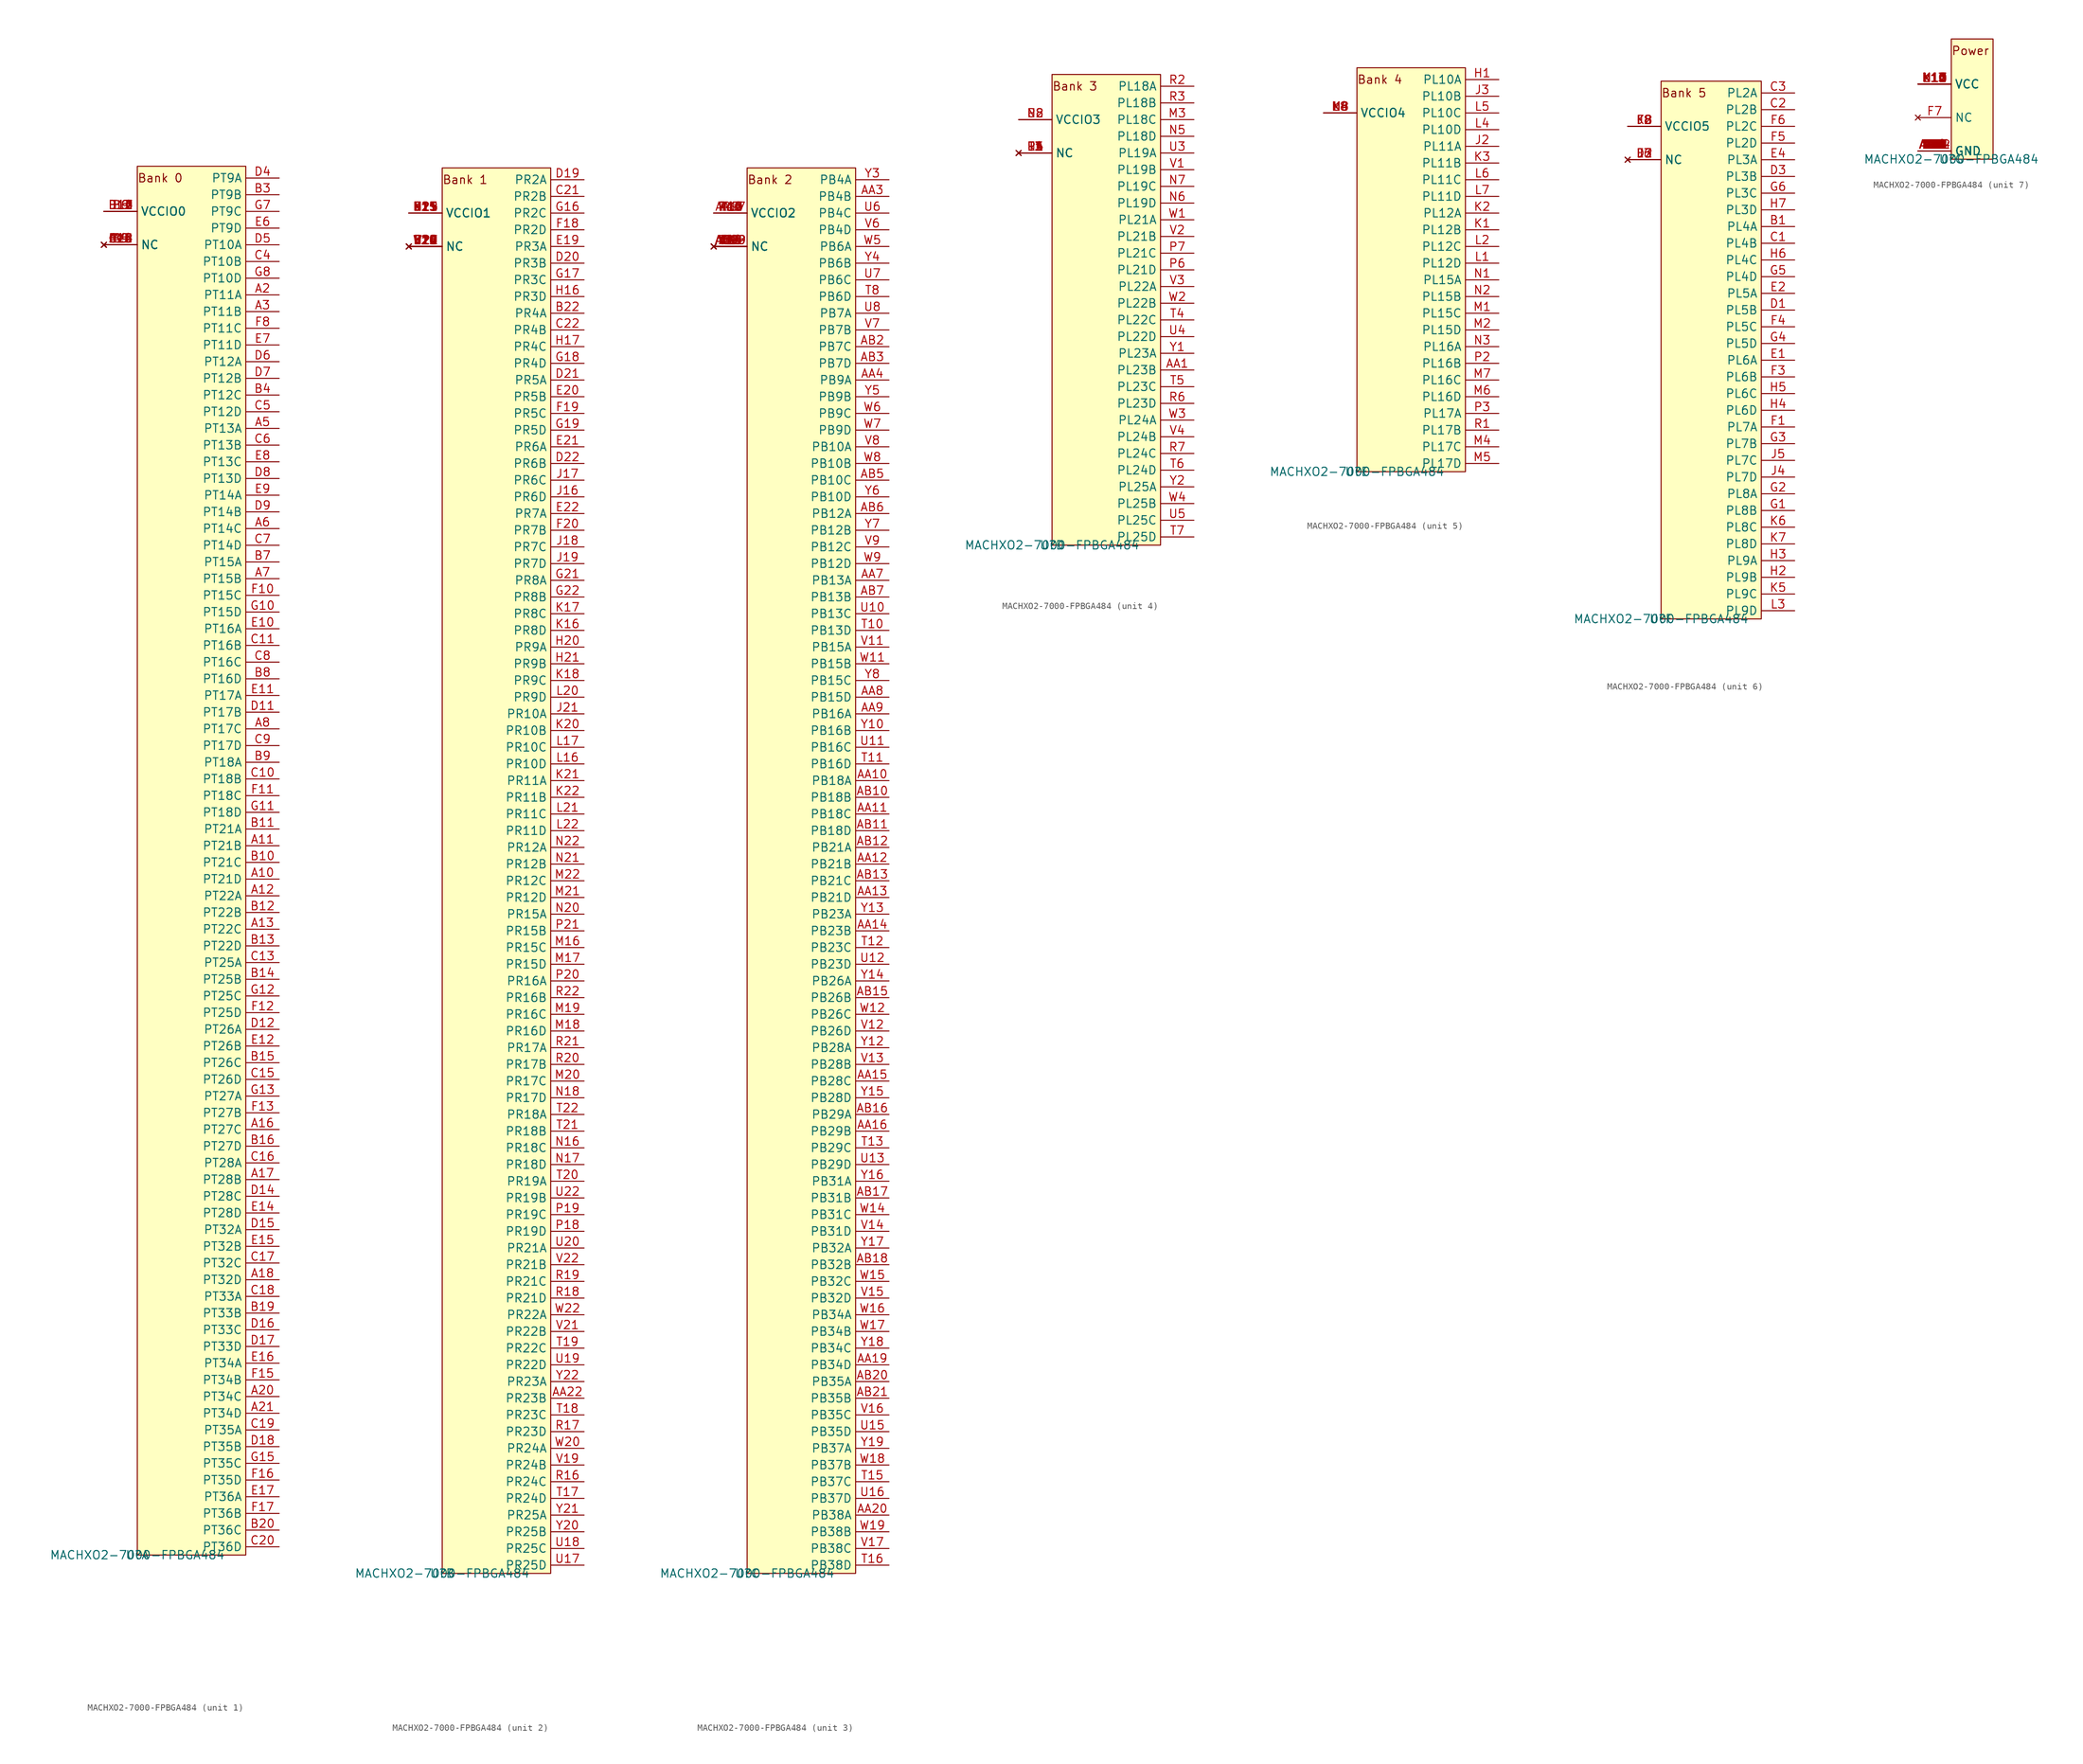
<source format=kicad_sym>
(kicad_symbol_lib
  (version 20211014)
  (generator kicad_symbol_editor)
  (symbol "MACHXO2-7000-FPBGA484"
    (property "Reference" "U"
      (at 0 0 0)
      (effects (font (size 1.27 1.27))))
    (property "Value" "MACHXO2-7000-FPBGA484"
      (at 0 0 0)
      (effects (font (size 1.27 1.27))))
    (property "ki_locked" ""
      (at 0 0 0)
      (effects (font (size 1.27 1.27))))
    (symbol "MACHXO2-7000-FPBGA484_1_0"
      (pin power_in line (at -5.08 204.454 0) (length 5.08) (name "VCCIO0" (effects (font (size 1.27 1.27)))) (number "B17" (effects (font (size 1.27 1.27)))))
      (pin power_in line (at -5.08 204.454 0) (length 5.08) (name "VCCIO0" (effects (font (size 1.27 1.27)))) (number "B6" (effects (font (size 1.27 1.27)))))
      (pin power_in line (at -5.08 204.454 0) (length 5.08) (name "VCCIO0" (effects (font (size 1.27 1.27)))) (number "D10" (effects (font (size 1.27 1.27)))))
      (pin power_in line (at -5.08 204.454 0) (length 5.08) (name "VCCIO0" (effects (font (size 1.27 1.27)))) (number "D13" (effects (font (size 1.27 1.27)))))
      (pin power_in line (at -5.08 204.454 0) (length 5.08) (name "VCCIO0" (effects (font (size 1.27 1.27)))) (number "H10" (effects (font (size 1.27 1.27)))))
      (pin power_in line (at -5.08 204.454 0) (length 5.08) (name "VCCIO0" (effects (font (size 1.27 1.27)))) (number "H11" (effects (font (size 1.27 1.27)))))
      (pin power_in line (at -5.08 204.454 0) (length 5.08) (name "VCCIO0" (effects (font (size 1.27 1.27)))) (number "H12" (effects (font (size 1.27 1.27)))))
      (pin power_in line (at -5.08 204.454 0) (length 5.08) (name "VCCIO0" (effects (font (size 1.27 1.27)))) (number "H13" (effects (font (size 1.27 1.27)))))
      (pin power_in line (at -5.08 204.454 0) (length 5.08) (name "VCCIO0" (effects (font (size 1.27 1.27)))) (number "H14" (effects (font (size 1.27 1.27)))))
      (pin power_in line (at -5.08 204.454 0) (length 5.08) (name "VCCIO0" (effects (font (size 1.27 1.27)))) (number "H9" (effects (font (size 1.27 1.27)))))
      (pin no_connect line (at -5.08 199.374 0) (length 5.08) (name "NC" (effects (font (size 1.27 1.27)))) (number "B5" (effects (font (size 1.27 1.27)))))
      (pin no_connect line (at -5.08 199.374 0) (length 5.08) (name "NC" (effects (font (size 1.27 1.27)))) (number "A4" (effects (font (size 1.27 1.27)))))
      (pin no_connect line (at -5.08 199.374 0) (length 5.08) (name "NC" (effects (font (size 1.27 1.27)))) (number "C14" (effects (font (size 1.27 1.27)))))
      (pin no_connect line (at -5.08 199.374 0) (length 5.08) (name "NC" (effects (font (size 1.27 1.27)))) (number "A15" (effects (font (size 1.27 1.27)))))
      (pin no_connect line (at -5.08 199.374 0) (length 5.08) (name "NC" (effects (font (size 1.27 1.27)))) (number "A19" (effects (font (size 1.27 1.27)))))
      (pin no_connect line (at -5.08 199.374 0) (length 5.08) (name "NC" (effects (font (size 1.27 1.27)))) (number "B18" (effects (font (size 1.27 1.27)))))
      (pin no_connect line (at -5.08 199.374 0) (length 5.08) (name "NC" (effects (font (size 1.27 1.27)))) (number "F9" (effects (font (size 1.27 1.27)))))
      (pin no_connect line (at -5.08 199.374 0) (length 5.08) (name "NC" (effects (font (size 1.27 1.27)))) (number "G9" (effects (font (size 1.27 1.27)))))
      (pin no_connect line (at -5.08 199.374 0) (length 5.08) (name "NC" (effects (font (size 1.27 1.27)))) (number "C12" (effects (font (size 1.27 1.27)))))
      (pin no_connect line (at -5.08 199.374 0) (length 5.08) (name "NC" (effects (font (size 1.27 1.27)))) (number "E13" (effects (font (size 1.27 1.27)))))
      (pin no_connect line (at -5.08 199.374 0) (length 5.08) (name "NC" (effects (font (size 1.27 1.27)))) (number "G14" (effects (font (size 1.27 1.27)))))
      (pin no_connect line (at -5.08 199.374 0) (length 5.08) (name "NC" (effects (font (size 1.27 1.27)))) (number "F14" (effects (font (size 1.27 1.27)))))
      (pin bidirectional line (at 21.59 209.534 180) (length 5.08) (name "PT9A" (effects (font (size 1.27 1.27)))) (number "D4" (effects (font (size 1.27 1.27)))))
      (pin bidirectional line (at 21.59 206.994 180) (length 5.08) (name "PT9B" (effects (font (size 1.27 1.27)))) (number "B3" (effects (font (size 1.27 1.27)))))
      (pin bidirectional line (at 21.59 204.454 180) (length 5.08) (name "PT9C" (effects (font (size 1.27 1.27)))) (number "G7" (effects (font (size 1.27 1.27)))))
      (pin bidirectional line (at 21.59 201.914 180) (length 5.08) (name "PT9D" (effects (font (size 1.27 1.27)))) (number "E6" (effects (font (size 1.27 1.27)))))
      (pin bidirectional line (at 21.59 199.374 180) (length 5.08) (name "PT10A" (effects (font (size 1.27 1.27)))) (number "D5" (effects (font (size 1.27 1.27)))))
      (pin bidirectional line (at 21.59 196.834 180) (length 5.08) (name "PT10B" (effects (font (size 1.27 1.27)))) (number "C4" (effects (font (size 1.27 1.27)))))
      (pin bidirectional line (at 21.59 194.294 180) (length 5.08) (name "PT10D" (effects (font (size 1.27 1.27)))) (number "G8" (effects (font (size 1.27 1.27)))))
      (pin bidirectional line (at 21.59 191.754 180) (length 5.08) (name "PT11A" (effects (font (size 1.27 1.27)))) (number "A2" (effects (font (size 1.27 1.27)))))
      (pin bidirectional line (at 21.59 189.214 180) (length 5.08) (name "PT11B" (effects (font (size 1.27 1.27)))) (number "A3" (effects (font (size 1.27 1.27)))))
      (pin bidirectional line (at 21.59 186.674 180) (length 5.08) (name "PT11C" (effects (font (size 1.27 1.27)))) (number "F8" (effects (font (size 1.27 1.27)))))
      (pin bidirectional line (at 21.59 184.134 180) (length 5.08) (name "PT11D" (effects (font (size 1.27 1.27)))) (number "E7" (effects (font (size 1.27 1.27)))))
      (pin bidirectional line (at 21.59 181.594 180) (length 5.08) (name "PT12A" (effects (font (size 1.27 1.27)))) (number "D6" (effects (font (size 1.27 1.27)))))
      (pin bidirectional line (at 21.59 179.054 180) (length 5.08) (name "PT12B" (effects (font (size 1.27 1.27)))) (number "D7" (effects (font (size 1.27 1.27)))))
      (pin bidirectional line (at 21.59 176.514 180) (length 5.08) (name "PT12C" (effects (font (size 1.27 1.27)))) (number "B4" (effects (font (size 1.27 1.27)))))
      (pin bidirectional line (at 21.59 173.974 180) (length 5.08) (name "PT12D" (effects (font (size 1.27 1.27)))) (number "C5" (effects (font (size 1.27 1.27)))))
      (pin bidirectional line (at 21.59 171.434 180) (length 5.08) (name "PT13A" (effects (font (size 1.27 1.27)))) (number "A5" (effects (font (size 1.27 1.27)))))
      (pin bidirectional line (at 21.59 168.894 180) (length 5.08) (name "PT13B" (effects (font (size 1.27 1.27)))) (number "C6" (effects (font (size 1.27 1.27)))))
      (pin bidirectional line (at 21.59 166.354 180) (length 5.08) (name "PT13C" (effects (font (size 1.27 1.27)))) (number "E8" (effects (font (size 1.27 1.27)))))
      (pin bidirectional line (at 21.59 163.814 180) (length 5.08) (name "PT13D" (effects (font (size 1.27 1.27)))) (number "D8" (effects (font (size 1.27 1.27)))))
      (pin bidirectional line (at 21.59 161.274 180) (length 5.08) (name "PT14A" (effects (font (size 1.27 1.27)))) (number "E9" (effects (font (size 1.27 1.27)))))
      (pin bidirectional line (at 21.59 158.734 180) (length 5.08) (name "PT14B" (effects (font (size 1.27 1.27)))) (number "D9" (effects (font (size 1.27 1.27)))))
      (pin bidirectional line (at 21.59 156.194 180) (length 5.08) (name "PT14C" (effects (font (size 1.27 1.27)))) (number "A6" (effects (font (size 1.27 1.27)))))
      (pin bidirectional line (at 21.59 153.654 180) (length 5.08) (name "PT14D" (effects (font (size 1.27 1.27)))) (number "C7" (effects (font (size 1.27 1.27)))))
      (pin bidirectional line (at 21.59 151.114 180) (length 5.08) (name "PT15A" (effects (font (size 1.27 1.27)))) (number "B7" (effects (font (size 1.27 1.27)))))
      (pin bidirectional line (at 21.59 148.574 180) (length 5.08) (name "PT15B" (effects (font (size 1.27 1.27)))) (number "A7" (effects (font (size 1.27 1.27)))))
      (pin bidirectional line (at 21.59 146.034 180) (length 5.08) (name "PT15C" (effects (font (size 1.27 1.27)))) (number "F10" (effects (font (size 1.27 1.27)))))
      (pin bidirectional line (at 21.59 143.494 180) (length 5.08) (name "PT15D" (effects (font (size 1.27 1.27)))) (number "G10" (effects (font (size 1.27 1.27)))))
      (pin bidirectional line (at 21.59 140.954 180) (length 5.08) (name "PT16A" (effects (font (size 1.27 1.27)))) (number "E10" (effects (font (size 1.27 1.27)))))
      (pin bidirectional line (at 21.59 138.414 180) (length 5.08) (name "PT16B" (effects (font (size 1.27 1.27)))) (number "C11" (effects (font (size 1.27 1.27)))))
      (pin bidirectional line (at 21.59 135.874 180) (length 5.08) (name "PT16C" (effects (font (size 1.27 1.27)))) (number "C8" (effects (font (size 1.27 1.27)))))
      (pin bidirectional line (at 21.59 133.334 180) (length 5.08) (name "PT16D" (effects (font (size 1.27 1.27)))) (number "B8" (effects (font (size 1.27 1.27)))))
      (pin bidirectional line (at 21.59 130.794 180) (length 5.08) (name "PT17A" (effects (font (size 1.27 1.27)))) (number "E11" (effects (font (size 1.27 1.27)))))
      (pin bidirectional line (at 21.59 128.254 180) (length 5.08) (name "PT17B" (effects (font (size 1.27 1.27)))) (number "D11" (effects (font (size 1.27 1.27)))))
      (pin bidirectional line (at 21.59 125.714 180) (length 5.08) (name "PT17C" (effects (font (size 1.27 1.27)))) (number "A8" (effects (font (size 1.27 1.27)))))
      (pin bidirectional line (at 21.59 123.174 180) (length 5.08) (name "PT17D" (effects (font (size 1.27 1.27)))) (number "C9" (effects (font (size 1.27 1.27)))))
      (pin bidirectional line (at 21.59 120.634 180) (length 5.08) (name "PT18A" (effects (font (size 1.27 1.27)))) (number "B9" (effects (font (size 1.27 1.27)))))
      (pin bidirectional line (at 21.59 118.094 180) (length 5.08) (name "PT18B" (effects (font (size 1.27 1.27)))) (number "C10" (effects (font (size 1.27 1.27)))))
      (pin bidirectional line (at 21.59 115.554 180) (length 5.08) (name "PT18C" (effects (font (size 1.27 1.27)))) (number "F11" (effects (font (size 1.27 1.27)))))
      (pin bidirectional line (at 21.59 113.014 180) (length 5.08) (name "PT18D" (effects (font (size 1.27 1.27)))) (number "G11" (effects (font (size 1.27 1.27)))))
      (pin bidirectional line (at 21.59 110.474 180) (length 5.08) (name "PT21A" (effects (font (size 1.27 1.27)))) (number "B11" (effects (font (size 1.27 1.27)))))
      (pin bidirectional line (at 21.59 107.934 180) (length 5.08) (name "PT21B" (effects (font (size 1.27 1.27)))) (number "A11" (effects (font (size 1.27 1.27)))))
      (pin bidirectional line (at 21.59 105.394 180) (length 5.08) (name "PT21C" (effects (font (size 1.27 1.27)))) (number "B10" (effects (font (size 1.27 1.27)))))
      (pin bidirectional line (at 21.59 102.854 180) (length 5.08) (name "PT21D" (effects (font (size 1.27 1.27)))) (number "A10" (effects (font (size 1.27 1.27)))))
      (pin bidirectional line (at 21.59 100.314 180) (length 5.08) (name "PT22A" (effects (font (size 1.27 1.27)))) (number "A12" (effects (font (size 1.27 1.27)))))
      (pin bidirectional line (at 21.59 97.774 180) (length 5.08) (name "PT22B" (effects (font (size 1.27 1.27)))) (number "B12" (effects (font (size 1.27 1.27)))))
      (pin bidirectional line (at 21.59 95.234 180) (length 5.08) (name "PT22C" (effects (font (size 1.27 1.27)))) (number "A13" (effects (font (size 1.27 1.27)))))
      (pin bidirectional line (at 21.59 92.694 180) (length 5.08) (name "PT22D" (effects (font (size 1.27 1.27)))) (number "B13" (effects (font (size 1.27 1.27)))))
      (pin bidirectional line (at 21.59 90.154 180) (length 5.08) (name "PT25A" (effects (font (size 1.27 1.27)))) (number "C13" (effects (font (size 1.27 1.27)))))
      (pin bidirectional line (at 21.59 87.614 180) (length 5.08) (name "PT25B" (effects (font (size 1.27 1.27)))) (number "B14" (effects (font (size 1.27 1.27)))))
      (pin bidirectional line (at 21.59 85.074 180) (length 5.08) (name "PT25C" (effects (font (size 1.27 1.27)))) (number "G12" (effects (font (size 1.27 1.27)))))
      (pin bidirectional line (at 21.59 82.534 180) (length 5.08) (name "PT25D" (effects (font (size 1.27 1.27)))) (number "F12" (effects (font (size 1.27 1.27)))))
      (pin bidirectional line (at 21.59 79.994 180) (length 5.08) (name "PT26A" (effects (font (size 1.27 1.27)))) (number "D12" (effects (font (size 1.27 1.27)))))
      (pin bidirectional line (at 21.59 77.454 180) (length 5.08) (name "PT26B" (effects (font (size 1.27 1.27)))) (number "E12" (effects (font (size 1.27 1.27)))))
      (pin bidirectional line (at 21.59 74.914 180) (length 5.08) (name "PT26C" (effects (font (size 1.27 1.27)))) (number "B15" (effects (font (size 1.27 1.27)))))
      (pin bidirectional line (at 21.59 72.374 180) (length 5.08) (name "PT26D" (effects (font (size 1.27 1.27)))) (number "C15" (effects (font (size 1.27 1.27)))))
      (pin bidirectional line (at 21.59 69.834 180) (length 5.08) (name "PT27A" (effects (font (size 1.27 1.27)))) (number "G13" (effects (font (size 1.27 1.27)))))
      (pin bidirectional line (at 21.59 67.294 180) (length 5.08) (name "PT27B" (effects (font (size 1.27 1.27)))) (number "F13" (effects (font (size 1.27 1.27)))))
      (pin bidirectional line (at 21.59 64.754 180) (length 5.08) (name "PT27C" (effects (font (size 1.27 1.27)))) (number "A16" (effects (font (size 1.27 1.27)))))
      (pin bidirectional line (at 21.59 62.214 180) (length 5.08) (name "PT27D" (effects (font (size 1.27 1.27)))) (number "B16" (effects (font (size 1.27 1.27)))))
      (pin bidirectional line (at 21.59 59.674 180) (length 5.08) (name "PT28A" (effects (font (size 1.27 1.27)))) (number "C16" (effects (font (size 1.27 1.27)))))
      (pin bidirectional line (at 21.59 57.134 180) (length 5.08) (name "PT28B" (effects (font (size 1.27 1.27)))) (number "A17" (effects (font (size 1.27 1.27)))))
      (pin bidirectional line (at 21.59 54.594 180) (length 5.08) (name "PT28C" (effects (font (size 1.27 1.27)))) (number "D14" (effects (font (size 1.27 1.27)))))
      (pin bidirectional line (at 21.59 52.054 180) (length 5.08) (name "PT28D" (effects (font (size 1.27 1.27)))) (number "E14" (effects (font (size 1.27 1.27)))))
      (pin bidirectional line (at 21.59 49.514 180) (length 5.08) (name "PT32A" (effects (font (size 1.27 1.27)))) (number "D15" (effects (font (size 1.27 1.27)))))
      (pin bidirectional line (at 21.59 46.974 180) (length 5.08) (name "PT32B" (effects (font (size 1.27 1.27)))) (number "E15" (effects (font (size 1.27 1.27)))))
      (pin bidirectional line (at 21.59 44.434 180) (length 5.08) (name "PT32C" (effects (font (size 1.27 1.27)))) (number "C17" (effects (font (size 1.27 1.27)))))
      (pin bidirectional line (at 21.59 41.894 180) (length 5.08) (name "PT32D" (effects (font (size 1.27 1.27)))) (number "A18" (effects (font (size 1.27 1.27)))))
      (pin bidirectional line (at 21.59 39.354 180) (length 5.08) (name "PT33A" (effects (font (size 1.27 1.27)))) (number "C18" (effects (font (size 1.27 1.27)))))
      (pin bidirectional line (at 21.59 36.814 180) (length 5.08) (name "PT33B" (effects (font (size 1.27 1.27)))) (number "B19" (effects (font (size 1.27 1.27)))))
      (pin bidirectional line (at 21.59 34.274 180) (length 5.08) (name "PT33C" (effects (font (size 1.27 1.27)))) (number "D16" (effects (font (size 1.27 1.27)))))
      (pin bidirectional line (at 21.59 31.734 180) (length 5.08) (name "PT33D" (effects (font (size 1.27 1.27)))) (number "D17" (effects (font (size 1.27 1.27)))))
      (pin bidirectional line (at 21.59 29.194 180) (length 5.08) (name "PT34A" (effects (font (size 1.27 1.27)))) (number "E16" (effects (font (size 1.27 1.27)))))
      (pin bidirectional line (at 21.59 26.654 180) (length 5.08) (name "PT34B" (effects (font (size 1.27 1.27)))) (number "F15" (effects (font (size 1.27 1.27)))))
      (pin bidirectional line (at 21.59 24.114 180) (length 5.08) (name "PT34C" (effects (font (size 1.27 1.27)))) (number "A20" (effects (font (size 1.27 1.27)))))
      (pin bidirectional line (at 21.59 21.574 180) (length 5.08) (name "PT34D" (effects (font (size 1.27 1.27)))) (number "A21" (effects (font (size 1.27 1.27)))))
      (pin bidirectional line (at 21.59 19.034 180) (length 5.08) (name "PT35A" (effects (font (size 1.27 1.27)))) (number "C19" (effects (font (size 1.27 1.27)))))
      (pin bidirectional line (at 21.59 16.494 180) (length 5.08) (name "PT35B" (effects (font (size 1.27 1.27)))) (number "D18" (effects (font (size 1.27 1.27)))))
      (pin bidirectional line (at 21.59 13.954 180) (length 5.08) (name "PT35C" (effects (font (size 1.27 1.27)))) (number "G15" (effects (font (size 1.27 1.27)))))
      (pin bidirectional line (at 21.59 11.414 180) (length 5.08) (name "PT35D" (effects (font (size 1.27 1.27)))) (number "F16" (effects (font (size 1.27 1.27)))))
      (pin bidirectional line (at 21.59 8.874 180) (length 5.08) (name "PT36A" (effects (font (size 1.27 1.27)))) (number "E17" (effects (font (size 1.27 1.27)))))
      (pin bidirectional line (at 21.59 6.334 180) (length 5.08) (name "PT36B" (effects (font (size 1.27 1.27)))) (number "F17" (effects (font (size 1.27 1.27)))))
      (pin bidirectional line (at 21.59 3.794 180) (length 5.08) (name "PT36C" (effects (font (size 1.27 1.27)))) (number "B20" (effects (font (size 1.27 1.27)))))
      (pin bidirectional line (at 21.59 1.254 180) (length 5.08) (name "PT36D" (effects (font (size 1.27 1.27)))) (number "C20" (effects (font (size 1.27 1.27))))))
    (symbol "MACHXO2-7000-FPBGA484_1_1"
      (rectangle (start 0 0) (end 16.51 211.328) (stroke (width 0) (type default) (color 0 0 0 0)) (fill (type background)))
      (text "Bank 0" (at 0 209.534 0) (effects (font (size 1.27 1.27)) (justify left))))
    (symbol "MACHXO2-7000-FPBGA484_2_0"
      (pin power_in line (at -5.08 206.994 0) (length 5.08) (name "VCCIO1" (effects (font (size 1.27 1.27)))) (number "F21" (effects (font (size 1.27 1.27)))))
      (pin power_in line (at -5.08 206.994 0) (length 5.08) (name "VCCIO1" (effects (font (size 1.27 1.27)))) (number "J15" (effects (font (size 1.27 1.27)))))
      (pin power_in line (at -5.08 206.994 0) (length 5.08) (name "VCCIO1" (effects (font (size 1.27 1.27)))) (number "K15" (effects (font (size 1.27 1.27)))))
      (pin power_in line (at -5.08 206.994 0) (length 5.08) (name "VCCIO1" (effects (font (size 1.27 1.27)))) (number "K19" (effects (font (size 1.27 1.27)))))
      (pin power_in line (at -5.08 206.994 0) (length 5.08) (name "VCCIO1" (effects (font (size 1.27 1.27)))) (number "L15" (effects (font (size 1.27 1.27)))))
      (pin power_in line (at -5.08 206.994 0) (length 5.08) (name "VCCIO1" (effects (font (size 1.27 1.27)))) (number "M15" (effects (font (size 1.27 1.27)))))
      (pin power_in line (at -5.08 206.994 0) (length 5.08) (name "VCCIO1" (effects (font (size 1.27 1.27)))) (number "N15" (effects (font (size 1.27 1.27)))))
      (pin power_in line (at -5.08 206.994 0) (length 5.08) (name "VCCIO1" (effects (font (size 1.27 1.27)))) (number "N19" (effects (font (size 1.27 1.27)))))
      (pin power_in line (at -5.08 206.994 0) (length 5.08) (name "VCCIO1" (effects (font (size 1.27 1.27)))) (number "P15" (effects (font (size 1.27 1.27)))))
      (pin power_in line (at -5.08 206.994 0) (length 5.08) (name "VCCIO1" (effects (font (size 1.27 1.27)))) (number "U21" (effects (font (size 1.27 1.27)))))
      (pin no_connect line (at -5.08 201.914 0) (length 5.08) (name "NC" (effects (font (size 1.27 1.27)))) (number "F22" (effects (font (size 1.27 1.27)))))
      (pin no_connect line (at -5.08 201.914 0) (length 5.08) (name "NC" (effects (font (size 1.27 1.27)))) (number "G20" (effects (font (size 1.27 1.27)))))
      (pin no_connect line (at -5.08 201.914 0) (length 5.08) (name "NC" (effects (font (size 1.27 1.27)))) (number "H22" (effects (font (size 1.27 1.27)))))
      (pin no_connect line (at -5.08 201.914 0) (length 5.08) (name "NC" (effects (font (size 1.27 1.27)))) (number "J20" (effects (font (size 1.27 1.27)))))
      (pin no_connect line (at -5.08 201.914 0) (length 5.08) (name "NC" (effects (font (size 1.27 1.27)))) (number "V20" (effects (font (size 1.27 1.27)))))
      (pin no_connect line (at -5.08 201.914 0) (length 5.08) (name "NC" (effects (font (size 1.27 1.27)))) (number "W21" (effects (font (size 1.27 1.27)))))
      (pin no_connect line (at -5.08 201.914 0) (length 5.08) (name "NC" (effects (font (size 1.27 1.27)))) (number "H18" (effects (font (size 1.27 1.27)))))
      (pin no_connect line (at -5.08 201.914 0) (length 5.08) (name "NC" (effects (font (size 1.27 1.27)))) (number "H19" (effects (font (size 1.27 1.27)))))
      (pin no_connect line (at -5.08 201.914 0) (length 5.08) (name "NC" (effects (font (size 1.27 1.27)))) (number "L18" (effects (font (size 1.27 1.27)))))
      (pin no_connect line (at -5.08 201.914 0) (length 5.08) (name "NC" (effects (font (size 1.27 1.27)))) (number "L19" (effects (font (size 1.27 1.27)))))
      (pin no_connect line (at -5.08 201.914 0) (length 5.08) (name "NC" (effects (font (size 1.27 1.27)))) (number "P16" (effects (font (size 1.27 1.27)))))
      (pin no_connect line (at -5.08 201.914 0) (length 5.08) (name "NC" (effects (font (size 1.27 1.27)))) (number "P17" (effects (font (size 1.27 1.27)))))
      (pin bidirectional line (at 21.59 212.074 180) (length 5.08) (name "PR2A" (effects (font (size 1.27 1.27)))) (number "D19" (effects (font (size 1.27 1.27)))))
      (pin bidirectional line (at 21.59 209.534 180) (length 5.08) (name "PR2B" (effects (font (size 1.27 1.27)))) (number "C21" (effects (font (size 1.27 1.27)))))
      (pin bidirectional line (at 21.59 206.994 180) (length 5.08) (name "PR2C" (effects (font (size 1.27 1.27)))) (number "G16" (effects (font (size 1.27 1.27)))))
      (pin bidirectional line (at 21.59 204.454 180) (length 5.08) (name "PR2D" (effects (font (size 1.27 1.27)))) (number "F18" (effects (font (size 1.27 1.27)))))
      (pin bidirectional line (at 21.59 201.914 180) (length 5.08) (name "PR3A" (effects (font (size 1.27 1.27)))) (number "E19" (effects (font (size 1.27 1.27)))))
      (pin bidirectional line (at 21.59 199.374 180) (length 5.08) (name "PR3B" (effects (font (size 1.27 1.27)))) (number "D20" (effects (font (size 1.27 1.27)))))
      (pin bidirectional line (at 21.59 196.834 180) (length 5.08) (name "PR3C" (effects (font (size 1.27 1.27)))) (number "G17" (effects (font (size 1.27 1.27)))))
      (pin bidirectional line (at 21.59 194.294 180) (length 5.08) (name "PR3D" (effects (font (size 1.27 1.27)))) (number "H16" (effects (font (size 1.27 1.27)))))
      (pin bidirectional line (at 21.59 191.754 180) (length 5.08) (name "PR4A" (effects (font (size 1.27 1.27)))) (number "B22" (effects (font (size 1.27 1.27)))))
      (pin bidirectional line (at 21.59 189.214 180) (length 5.08) (name "PR4B" (effects (font (size 1.27 1.27)))) (number "C22" (effects (font (size 1.27 1.27)))))
      (pin bidirectional line (at 21.59 186.674 180) (length 5.08) (name "PR4C" (effects (font (size 1.27 1.27)))) (number "H17" (effects (font (size 1.27 1.27)))))
      (pin bidirectional line (at 21.59 184.134 180) (length 5.08) (name "PR4D" (effects (font (size 1.27 1.27)))) (number "G18" (effects (font (size 1.27 1.27)))))
      (pin bidirectional line (at 21.59 181.594 180) (length 5.08) (name "PR5A" (effects (font (size 1.27 1.27)))) (number "D21" (effects (font (size 1.27 1.27)))))
      (pin bidirectional line (at 21.59 179.054 180) (length 5.08) (name "PR5B" (effects (font (size 1.27 1.27)))) (number "E20" (effects (font (size 1.27 1.27)))))
      (pin bidirectional line (at 21.59 176.514 180) (length 5.08) (name "PR5C" (effects (font (size 1.27 1.27)))) (number "F19" (effects (font (size 1.27 1.27)))))
      (pin bidirectional line (at 21.59 173.974 180) (length 5.08) (name "PR5D" (effects (font (size 1.27 1.27)))) (number "G19" (effects (font (size 1.27 1.27)))))
      (pin bidirectional line (at 21.59 171.434 180) (length 5.08) (name "PR6A" (effects (font (size 1.27 1.27)))) (number "E21" (effects (font (size 1.27 1.27)))))
      (pin bidirectional line (at 21.59 168.894 180) (length 5.08) (name "PR6B" (effects (font (size 1.27 1.27)))) (number "D22" (effects (font (size 1.27 1.27)))))
      (pin bidirectional line (at 21.59 166.354 180) (length 5.08) (name "PR6C" (effects (font (size 1.27 1.27)))) (number "J17" (effects (font (size 1.27 1.27)))))
      (pin bidirectional line (at 21.59 163.814 180) (length 5.08) (name "PR6D" (effects (font (size 1.27 1.27)))) (number "J16" (effects (font (size 1.27 1.27)))))
      (pin bidirectional line (at 21.59 161.274 180) (length 5.08) (name "PR7A" (effects (font (size 1.27 1.27)))) (number "E22" (effects (font (size 1.27 1.27)))))
      (pin bidirectional line (at 21.59 158.734 180) (length 5.08) (name "PR7B" (effects (font (size 1.27 1.27)))) (number "F20" (effects (font (size 1.27 1.27)))))
      (pin bidirectional line (at 21.59 156.194 180) (length 5.08) (name "PR7C" (effects (font (size 1.27 1.27)))) (number "J18" (effects (font (size 1.27 1.27)))))
      (pin bidirectional line (at 21.59 153.654 180) (length 5.08) (name "PR7D" (effects (font (size 1.27 1.27)))) (number "J19" (effects (font (size 1.27 1.27)))))
      (pin bidirectional line (at 21.59 151.114 180) (length 5.08) (name "PR8A" (effects (font (size 1.27 1.27)))) (number "G21" (effects (font (size 1.27 1.27)))))
      (pin bidirectional line (at 21.59 148.574 180) (length 5.08) (name "PR8B" (effects (font (size 1.27 1.27)))) (number "G22" (effects (font (size 1.27 1.27)))))
      (pin bidirectional line (at 21.59 146.034 180) (length 5.08) (name "PR8C" (effects (font (size 1.27 1.27)))) (number "K17" (effects (font (size 1.27 1.27)))))
      (pin bidirectional line (at 21.59 143.494 180) (length 5.08) (name "PR8D" (effects (font (size 1.27 1.27)))) (number "K16" (effects (font (size 1.27 1.27)))))
      (pin bidirectional line (at 21.59 140.954 180) (length 5.08) (name "PR9A" (effects (font (size 1.27 1.27)))) (number "H20" (effects (font (size 1.27 1.27)))))
      (pin bidirectional line (at 21.59 138.414 180) (length 5.08) (name "PR9B" (effects (font (size 1.27 1.27)))) (number "H21" (effects (font (size 1.27 1.27)))))
      (pin bidirectional line (at 21.59 135.874 180) (length 5.08) (name "PR9C" (effects (font (size 1.27 1.27)))) (number "K18" (effects (font (size 1.27 1.27)))))
      (pin bidirectional line (at 21.59 133.334 180) (length 5.08) (name "PR9D" (effects (font (size 1.27 1.27)))) (number "L20" (effects (font (size 1.27 1.27)))))
      (pin bidirectional line (at 21.59 130.794 180) (length 5.08) (name "PR10A" (effects (font (size 1.27 1.27)))) (number "J21" (effects (font (size 1.27 1.27)))))
      (pin bidirectional line (at 21.59 128.254 180) (length 5.08) (name "PR10B" (effects (font (size 1.27 1.27)))) (number "K20" (effects (font (size 1.27 1.27)))))
      (pin bidirectional line (at 21.59 125.714 180) (length 5.08) (name "PR10C" (effects (font (size 1.27 1.27)))) (number "L17" (effects (font (size 1.27 1.27)))))
      (pin bidirectional line (at 21.59 123.174 180) (length 5.08) (name "PR10D" (effects (font (size 1.27 1.27)))) (number "L16" (effects (font (size 1.27 1.27)))))
      (pin bidirectional line (at 21.59 120.634 180) (length 5.08) (name "PR11A" (effects (font (size 1.27 1.27)))) (number "K21" (effects (font (size 1.27 1.27)))))
      (pin bidirectional line (at 21.59 118.094 180) (length 5.08) (name "PR11B" (effects (font (size 1.27 1.27)))) (number "K22" (effects (font (size 1.27 1.27)))))
      (pin bidirectional line (at 21.59 115.554 180) (length 5.08) (name "PR11C" (effects (font (size 1.27 1.27)))) (number "L21" (effects (font (size 1.27 1.27)))))
      (pin bidirectional line (at 21.59 113.014 180) (length 5.08) (name "PR11D" (effects (font (size 1.27 1.27)))) (number "L22" (effects (font (size 1.27 1.27)))))
      (pin bidirectional line (at 21.59 110.474 180) (length 5.08) (name "PR12A" (effects (font (size 1.27 1.27)))) (number "N22" (effects (font (size 1.27 1.27)))))
      (pin bidirectional line (at 21.59 107.934 180) (length 5.08) (name "PR12B" (effects (font (size 1.27 1.27)))) (number "N21" (effects (font (size 1.27 1.27)))))
      (pin bidirectional line (at 21.59 105.394 180) (length 5.08) (name "PR12C" (effects (font (size 1.27 1.27)))) (number "M22" (effects (font (size 1.27 1.27)))))
      (pin bidirectional line (at 21.59 102.854 180) (length 5.08) (name "PR12D" (effects (font (size 1.27 1.27)))) (number "M21" (effects (font (size 1.27 1.27)))))
      (pin bidirectional line (at 21.59 100.314 180) (length 5.08) (name "PR15A" (effects (font (size 1.27 1.27)))) (number "N20" (effects (font (size 1.27 1.27)))))
      (pin bidirectional line (at 21.59 97.774 180) (length 5.08) (name "PR15B" (effects (font (size 1.27 1.27)))) (number "P21" (effects (font (size 1.27 1.27)))))
      (pin bidirectional line (at 21.59 95.234 180) (length 5.08) (name "PR15C" (effects (font (size 1.27 1.27)))) (number "M16" (effects (font (size 1.27 1.27)))))
      (pin bidirectional line (at 21.59 92.694 180) (length 5.08) (name "PR15D" (effects (font (size 1.27 1.27)))) (number "M17" (effects (font (size 1.27 1.27)))))
      (pin bidirectional line (at 21.59 90.154 180) (length 5.08) (name "PR16A" (effects (font (size 1.27 1.27)))) (number "P20" (effects (font (size 1.27 1.27)))))
      (pin bidirectional line (at 21.59 87.614 180) (length 5.08) (name "PR16B" (effects (font (size 1.27 1.27)))) (number "R22" (effects (font (size 1.27 1.27)))))
      (pin bidirectional line (at 21.59 85.074 180) (length 5.08) (name "PR16C" (effects (font (size 1.27 1.27)))) (number "M19" (effects (font (size 1.27 1.27)))))
      (pin bidirectional line (at 21.59 82.534 180) (length 5.08) (name "PR16D" (effects (font (size 1.27 1.27)))) (number "M18" (effects (font (size 1.27 1.27)))))
      (pin bidirectional line (at 21.59 79.994 180) (length 5.08) (name "PR17A" (effects (font (size 1.27 1.27)))) (number "R21" (effects (font (size 1.27 1.27)))))
      (pin bidirectional line (at 21.59 77.454 180) (length 5.08) (name "PR17B" (effects (font (size 1.27 1.27)))) (number "R20" (effects (font (size 1.27 1.27)))))
      (pin bidirectional line (at 21.59 74.914 180) (length 5.08) (name "PR17C" (effects (font (size 1.27 1.27)))) (number "M20" (effects (font (size 1.27 1.27)))))
      (pin bidirectional line (at 21.59 72.374 180) (length 5.08) (name "PR17D" (effects (font (size 1.27 1.27)))) (number "N18" (effects (font (size 1.27 1.27)))))
      (pin bidirectional line (at 21.59 69.834 180) (length 5.08) (name "PR18A" (effects (font (size 1.27 1.27)))) (number "T22" (effects (font (size 1.27 1.27)))))
      (pin bidirectional line (at 21.59 67.294 180) (length 5.08) (name "PR18B" (effects (font (size 1.27 1.27)))) (number "T21" (effects (font (size 1.27 1.27)))))
      (pin bidirectional line (at 21.59 64.754 180) (length 5.08) (name "PR18C" (effects (font (size 1.27 1.27)))) (number "N16" (effects (font (size 1.27 1.27)))))
      (pin bidirectional line (at 21.59 62.214 180) (length 5.08) (name "PR18D" (effects (font (size 1.27 1.27)))) (number "N17" (effects (font (size 1.27 1.27)))))
      (pin bidirectional line (at 21.59 59.674 180) (length 5.08) (name "PR19A" (effects (font (size 1.27 1.27)))) (number "T20" (effects (font (size 1.27 1.27)))))
      (pin bidirectional line (at 21.59 57.134 180) (length 5.08) (name "PR19B" (effects (font (size 1.27 1.27)))) (number "U22" (effects (font (size 1.27 1.27)))))
      (pin bidirectional line (at 21.59 54.594 180) (length 5.08) (name "PR19C" (effects (font (size 1.27 1.27)))) (number "P19" (effects (font (size 1.27 1.27)))))
      (pin bidirectional line (at 21.59 52.054 180) (length 5.08) (name "PR19D" (effects (font (size 1.27 1.27)))) (number "P18" (effects (font (size 1.27 1.27)))))
      (pin bidirectional line (at 21.59 49.514 180) (length 5.08) (name "PR21A" (effects (font (size 1.27 1.27)))) (number "U20" (effects (font (size 1.27 1.27)))))
      (pin bidirectional line (at 21.59 46.974 180) (length 5.08) (name "PR21B" (effects (font (size 1.27 1.27)))) (number "V22" (effects (font (size 1.27 1.27)))))
      (pin bidirectional line (at 21.59 44.434 180) (length 5.08) (name "PR21C" (effects (font (size 1.27 1.27)))) (number "R19" (effects (font (size 1.27 1.27)))))
      (pin bidirectional line (at 21.59 41.894 180) (length 5.08) (name "PR21D" (effects (font (size 1.27 1.27)))) (number "R18" (effects (font (size 1.27 1.27)))))
      (pin bidirectional line (at 21.59 39.354 180) (length 5.08) (name "PR22A" (effects (font (size 1.27 1.27)))) (number "W22" (effects (font (size 1.27 1.27)))))
      (pin bidirectional line (at 21.59 36.814 180) (length 5.08) (name "PR22B" (effects (font (size 1.27 1.27)))) (number "V21" (effects (font (size 1.27 1.27)))))
      (pin bidirectional line (at 21.59 34.274 180) (length 5.08) (name "PR22C" (effects (font (size 1.27 1.27)))) (number "T19" (effects (font (size 1.27 1.27)))))
      (pin bidirectional line (at 21.59 31.734 180) (length 5.08) (name "PR22D" (effects (font (size 1.27 1.27)))) (number "U19" (effects (font (size 1.27 1.27)))))
      (pin bidirectional line (at 21.59 29.194 180) (length 5.08) (name "PR23A" (effects (font (size 1.27 1.27)))) (number "Y22" (effects (font (size 1.27 1.27)))))
      (pin bidirectional line (at 21.59 26.654 180) (length 5.08) (name "PR23B" (effects (font (size 1.27 1.27)))) (number "AA22" (effects (font (size 1.27 1.27)))))
      (pin bidirectional line (at 21.59 24.114 180) (length 5.08) (name "PR23C" (effects (font (size 1.27 1.27)))) (number "T18" (effects (font (size 1.27 1.27)))))
      (pin bidirectional line (at 21.59 21.574 180) (length 5.08) (name "PR23D" (effects (font (size 1.27 1.27)))) (number "R17" (effects (font (size 1.27 1.27)))))
      (pin bidirectional line (at 21.59 19.034 180) (length 5.08) (name "PR24A" (effects (font (size 1.27 1.27)))) (number "W20" (effects (font (size 1.27 1.27)))))
      (pin bidirectional line (at 21.59 16.494 180) (length 5.08) (name "PR24B" (effects (font (size 1.27 1.27)))) (number "V19" (effects (font (size 1.27 1.27)))))
      (pin bidirectional line (at 21.59 13.954 180) (length 5.08) (name "PR24C" (effects (font (size 1.27 1.27)))) (number "R16" (effects (font (size 1.27 1.27)))))
      (pin bidirectional line (at 21.59 11.414 180) (length 5.08) (name "PR24D" (effects (font (size 1.27 1.27)))) (number "T17" (effects (font (size 1.27 1.27)))))
      (pin bidirectional line (at 21.59 8.874 180) (length 5.08) (name "PR25A" (effects (font (size 1.27 1.27)))) (number "Y21" (effects (font (size 1.27 1.27)))))
      (pin bidirectional line (at 21.59 6.334 180) (length 5.08) (name "PR25B" (effects (font (size 1.27 1.27)))) (number "Y20" (effects (font (size 1.27 1.27)))))
      (pin bidirectional line (at 21.59 3.794 180) (length 5.08) (name "PR25C" (effects (font (size 1.27 1.27)))) (number "U18" (effects (font (size 1.27 1.27)))))
      (pin bidirectional line (at 21.59 1.254 180) (length 5.08) (name "PR25D" (effects (font (size 1.27 1.27)))) (number "U17" (effects (font (size 1.27 1.27))))))
    (symbol "MACHXO2-7000-FPBGA484_2_1"
      (rectangle (start 0 0) (end 16.51 213.868) (stroke (width 0) (type default) (color 0 0 0 0)) (fill (type background)))
      (text "Bank 1" (at 0 212.074 0) (effects (font (size 1.27 1.27)) (justify left))))
    (symbol "MACHXO2-7000-FPBGA484_3_0"
      (pin power_in line (at -5.08 206.994 0) (length 5.08) (name "VCCIO2" (effects (font (size 1.27 1.27)))) (number "AA17" (effects (font (size 1.27 1.27)))))
      (pin power_in line (at -5.08 206.994 0) (length 5.08) (name "VCCIO2" (effects (font (size 1.27 1.27)))) (number "AA6" (effects (font (size 1.27 1.27)))))
      (pin power_in line (at -5.08 206.994 0) (length 5.08) (name "VCCIO2" (effects (font (size 1.27 1.27)))) (number "R10" (effects (font (size 1.27 1.27)))))
      (pin power_in line (at -5.08 206.994 0) (length 5.08) (name "VCCIO2" (effects (font (size 1.27 1.27)))) (number "R11" (effects (font (size 1.27 1.27)))))
      (pin power_in line (at -5.08 206.994 0) (length 5.08) (name "VCCIO2" (effects (font (size 1.27 1.27)))) (number "R12" (effects (font (size 1.27 1.27)))))
      (pin power_in line (at -5.08 206.994 0) (length 5.08) (name "VCCIO2" (effects (font (size 1.27 1.27)))) (number "R13" (effects (font (size 1.27 1.27)))))
      (pin power_in line (at -5.08 206.994 0) (length 5.08) (name "VCCIO2" (effects (font (size 1.27 1.27)))) (number "R14" (effects (font (size 1.27 1.27)))))
      (pin power_in line (at -5.08 206.994 0) (length 5.08) (name "VCCIO2" (effects (font (size 1.27 1.27)))) (number "R9" (effects (font (size 1.27 1.27)))))
      (pin power_in line (at -5.08 206.994 0) (length 5.08) (name "VCCIO2" (effects (font (size 1.27 1.27)))) (number "W10" (effects (font (size 1.27 1.27)))))
      (pin power_in line (at -5.08 206.994 0) (length 5.08) (name "VCCIO2" (effects (font (size 1.27 1.27)))) (number "W13" (effects (font (size 1.27 1.27)))))
      (pin no_connect line (at -5.08 201.914 0) (length 5.08) (name "NC" (effects (font (size 1.27 1.27)))) (number "AA18" (effects (font (size 1.27 1.27)))))
      (pin no_connect line (at -5.08 201.914 0) (length 5.08) (name "NC" (effects (font (size 1.27 1.27)))) (number "AB19" (effects (font (size 1.27 1.27)))))
      (pin no_connect line (at -5.08 201.914 0) (length 5.08) (name "NC" (effects (font (size 1.27 1.27)))) (number "Y9" (effects (font (size 1.27 1.27)))))
      (pin no_connect line (at -5.08 201.914 0) (length 5.08) (name "NC" (effects (font (size 1.27 1.27)))) (number "AB8" (effects (font (size 1.27 1.27)))))
      (pin no_connect line (at -5.08 201.914 0) (length 5.08) (name "NC" (effects (font (size 1.27 1.27)))) (number "AB4" (effects (font (size 1.27 1.27)))))
      (pin no_connect line (at -5.08 201.914 0) (length 5.08) (name "NC" (effects (font (size 1.27 1.27)))) (number "AA5" (effects (font (size 1.27 1.27)))))
      (pin no_connect line (at -5.08 201.914 0) (length 5.08) (name "NC" (effects (font (size 1.27 1.27)))) (number "U14" (effects (font (size 1.27 1.27)))))
      (pin no_connect line (at -5.08 201.914 0) (length 5.08) (name "NC" (effects (font (size 1.27 1.27)))) (number "T14" (effects (font (size 1.27 1.27)))))
      (pin no_connect line (at -5.08 201.914 0) (length 5.08) (name "NC" (effects (font (size 1.27 1.27)))) (number "Y11" (effects (font (size 1.27 1.27)))))
      (pin no_connect line (at -5.08 201.914 0) (length 5.08) (name "NC" (effects (font (size 1.27 1.27)))) (number "V10" (effects (font (size 1.27 1.27)))))
      (pin no_connect line (at -5.08 201.914 0) (length 5.08) (name "NC" (effects (font (size 1.27 1.27)))) (number "T9" (effects (font (size 1.27 1.27)))))
      (pin no_connect line (at -5.08 201.914 0) (length 5.08) (name "NC" (effects (font (size 1.27 1.27)))) (number "U9" (effects (font (size 1.27 1.27)))))
      (pin bidirectional line (at 21.59 212.074 180) (length 5.08) (name "PB4A" (effects (font (size 1.27 1.27)))) (number "Y3" (effects (font (size 1.27 1.27)))))
      (pin bidirectional line (at 21.59 209.534 180) (length 5.08) (name "PB4B" (effects (font (size 1.27 1.27)))) (number "AA3" (effects (font (size 1.27 1.27)))))
      (pin bidirectional line (at 21.59 206.994 180) (length 5.08) (name "PB4C" (effects (font (size 1.27 1.27)))) (number "U6" (effects (font (size 1.27 1.27)))))
      (pin bidirectional line (at 21.59 204.454 180) (length 5.08) (name "PB4D" (effects (font (size 1.27 1.27)))) (number "V6" (effects (font (size 1.27 1.27)))))
      (pin bidirectional line (at 21.59 201.914 180) (length 5.08) (name "PB6A" (effects (font (size 1.27 1.27)))) (number "W5" (effects (font (size 1.27 1.27)))))
      (pin bidirectional line (at 21.59 199.374 180) (length 5.08) (name "PB6B" (effects (font (size 1.27 1.27)))) (number "Y4" (effects (font (size 1.27 1.27)))))
      (pin bidirectional line (at 21.59 196.834 180) (length 5.08) (name "PB6C" (effects (font (size 1.27 1.27)))) (number "U7" (effects (font (size 1.27 1.27)))))
      (pin bidirectional line (at 21.59 194.294 180) (length 5.08) (name "PB6D" (effects (font (size 1.27 1.27)))) (number "T8" (effects (font (size 1.27 1.27)))))
      (pin bidirectional line (at 21.59 191.754 180) (length 5.08) (name "PB7A" (effects (font (size 1.27 1.27)))) (number "U8" (effects (font (size 1.27 1.27)))))
      (pin bidirectional line (at 21.59 189.214 180) (length 5.08) (name "PB7B" (effects (font (size 1.27 1.27)))) (number "V7" (effects (font (size 1.27 1.27)))))
      (pin bidirectional line (at 21.59 186.674 180) (length 5.08) (name "PB7C" (effects (font (size 1.27 1.27)))) (number "AB2" (effects (font (size 1.27 1.27)))))
      (pin bidirectional line (at 21.59 184.134 180) (length 5.08) (name "PB7D" (effects (font (size 1.27 1.27)))) (number "AB3" (effects (font (size 1.27 1.27)))))
      (pin bidirectional line (at 21.59 181.594 180) (length 5.08) (name "PB9A" (effects (font (size 1.27 1.27)))) (number "AA4" (effects (font (size 1.27 1.27)))))
      (pin bidirectional line (at 21.59 179.054 180) (length 5.08) (name "PB9B" (effects (font (size 1.27 1.27)))) (number "Y5" (effects (font (size 1.27 1.27)))))
      (pin bidirectional line (at 21.59 176.514 180) (length 5.08) (name "PB9C" (effects (font (size 1.27 1.27)))) (number "W6" (effects (font (size 1.27 1.27)))))
      (pin bidirectional line (at 21.59 173.974 180) (length 5.08) (name "PB9D" (effects (font (size 1.27 1.27)))) (number "W7" (effects (font (size 1.27 1.27)))))
      (pin bidirectional line (at 21.59 171.434 180) (length 5.08) (name "PB10A" (effects (font (size 1.27 1.27)))) (number "V8" (effects (font (size 1.27 1.27)))))
      (pin bidirectional line (at 21.59 168.894 180) (length 5.08) (name "PB10B" (effects (font (size 1.27 1.27)))) (number "W8" (effects (font (size 1.27 1.27)))))
      (pin bidirectional line (at 21.59 166.354 180) (length 5.08) (name "PB10C" (effects (font (size 1.27 1.27)))) (number "AB5" (effects (font (size 1.27 1.27)))))
      (pin bidirectional line (at 21.59 163.814 180) (length 5.08) (name "PB10D" (effects (font (size 1.27 1.27)))) (number "Y6" (effects (font (size 1.27 1.27)))))
      (pin bidirectional line (at 21.59 161.274 180) (length 5.08) (name "PB12A" (effects (font (size 1.27 1.27)))) (number "AB6" (effects (font (size 1.27 1.27)))))
      (pin bidirectional line (at 21.59 158.734 180) (length 5.08) (name "PB12B" (effects (font (size 1.27 1.27)))) (number "Y7" (effects (font (size 1.27 1.27)))))
      (pin bidirectional line (at 21.59 156.194 180) (length 5.08) (name "PB12C" (effects (font (size 1.27 1.27)))) (number "V9" (effects (font (size 1.27 1.27)))))
      (pin bidirectional line (at 21.59 153.654 180) (length 5.08) (name "PB12D" (effects (font (size 1.27 1.27)))) (number "W9" (effects (font (size 1.27 1.27)))))
      (pin bidirectional line (at 21.59 151.114 180) (length 5.08) (name "PB13A" (effects (font (size 1.27 1.27)))) (number "AA7" (effects (font (size 1.27 1.27)))))
      (pin bidirectional line (at 21.59 148.574 180) (length 5.08) (name "PB13B" (effects (font (size 1.27 1.27)))) (number "AB7" (effects (font (size 1.27 1.27)))))
      (pin bidirectional line (at 21.59 146.034 180) (length 5.08) (name "PB13C" (effects (font (size 1.27 1.27)))) (number "U10" (effects (font (size 1.27 1.27)))))
      (pin bidirectional line (at 21.59 143.494 180) (length 5.08) (name "PB13D" (effects (font (size 1.27 1.27)))) (number "T10" (effects (font (size 1.27 1.27)))))
      (pin bidirectional line (at 21.59 140.954 180) (length 5.08) (name "PB15A" (effects (font (size 1.27 1.27)))) (number "V11" (effects (font (size 1.27 1.27)))))
      (pin bidirectional line (at 21.59 138.414 180) (length 5.08) (name "PB15B" (effects (font (size 1.27 1.27)))) (number "W11" (effects (font (size 1.27 1.27)))))
      (pin bidirectional line (at 21.59 135.874 180) (length 5.08) (name "PB15C" (effects (font (size 1.27 1.27)))) (number "Y8" (effects (font (size 1.27 1.27)))))
      (pin bidirectional line (at 21.59 133.334 180) (length 5.08) (name "PB15D" (effects (font (size 1.27 1.27)))) (number "AA8" (effects (font (size 1.27 1.27)))))
      (pin bidirectional line (at 21.59 130.794 180) (length 5.08) (name "PB16A" (effects (font (size 1.27 1.27)))) (number "AA9" (effects (font (size 1.27 1.27)))))
      (pin bidirectional line (at 21.59 128.254 180) (length 5.08) (name "PB16B" (effects (font (size 1.27 1.27)))) (number "Y10" (effects (font (size 1.27 1.27)))))
      (pin bidirectional line (at 21.59 125.714 180) (length 5.08) (name "PB16C" (effects (font (size 1.27 1.27)))) (number "U11" (effects (font (size 1.27 1.27)))))
      (pin bidirectional line (at 21.59 123.174 180) (length 5.08) (name "PB16D" (effects (font (size 1.27 1.27)))) (number "T11" (effects (font (size 1.27 1.27)))))
      (pin bidirectional line (at 21.59 120.634 180) (length 5.08) (name "PB18A" (effects (font (size 1.27 1.27)))) (number "AA10" (effects (font (size 1.27 1.27)))))
      (pin bidirectional line (at 21.59 118.094 180) (length 5.08) (name "PB18B" (effects (font (size 1.27 1.27)))) (number "AB10" (effects (font (size 1.27 1.27)))))
      (pin bidirectional line (at 21.59 115.554 180) (length 5.08) (name "PB18C" (effects (font (size 1.27 1.27)))) (number "AA11" (effects (font (size 1.27 1.27)))))
      (pin bidirectional line (at 21.59 113.014 180) (length 5.08) (name "PB18D" (effects (font (size 1.27 1.27)))) (number "AB11" (effects (font (size 1.27 1.27)))))
      (pin bidirectional line (at 21.59 110.474 180) (length 5.08) (name "PB21A" (effects (font (size 1.27 1.27)))) (number "AB12" (effects (font (size 1.27 1.27)))))
      (pin bidirectional line (at 21.59 107.934 180) (length 5.08) (name "PB21B" (effects (font (size 1.27 1.27)))) (number "AA12" (effects (font (size 1.27 1.27)))))
      (pin bidirectional line (at 21.59 105.394 180) (length 5.08) (name "PB21C" (effects (font (size 1.27 1.27)))) (number "AB13" (effects (font (size 1.27 1.27)))))
      (pin bidirectional line (at 21.59 102.854 180) (length 5.08) (name "PB21D" (effects (font (size 1.27 1.27)))) (number "AA13" (effects (font (size 1.27 1.27)))))
      (pin bidirectional line (at 21.59 100.314 180) (length 5.08) (name "PB23A" (effects (font (size 1.27 1.27)))) (number "Y13" (effects (font (size 1.27 1.27)))))
      (pin bidirectional line (at 21.59 97.774 180) (length 5.08) (name "PB23B" (effects (font (size 1.27 1.27)))) (number "AA14" (effects (font (size 1.27 1.27)))))
      (pin bidirectional line (at 21.59 95.234 180) (length 5.08) (name "PB23C" (effects (font (size 1.27 1.27)))) (number "T12" (effects (font (size 1.27 1.27)))))
      (pin bidirectional line (at 21.59 92.694 180) (length 5.08) (name "PB23D" (effects (font (size 1.27 1.27)))) (number "U12" (effects (font (size 1.27 1.27)))))
      (pin bidirectional line (at 21.59 90.154 180) (length 5.08) (name "PB26A" (effects (font (size 1.27 1.27)))) (number "Y14" (effects (font (size 1.27 1.27)))))
      (pin bidirectional line (at 21.59 87.614 180) (length 5.08) (name "PB26B" (effects (font (size 1.27 1.27)))) (number "AB15" (effects (font (size 1.27 1.27)))))
      (pin bidirectional line (at 21.59 85.074 180) (length 5.08) (name "PB26C" (effects (font (size 1.27 1.27)))) (number "W12" (effects (font (size 1.27 1.27)))))
      (pin bidirectional line (at 21.59 82.534 180) (length 5.08) (name "PB26D" (effects (font (size 1.27 1.27)))) (number "V12" (effects (font (size 1.27 1.27)))))
      (pin bidirectional line (at 21.59 79.994 180) (length 5.08) (name "PB28A" (effects (font (size 1.27 1.27)))) (number "Y12" (effects (font (size 1.27 1.27)))))
      (pin bidirectional line (at 21.59 77.454 180) (length 5.08) (name "PB28B" (effects (font (size 1.27 1.27)))) (number "V13" (effects (font (size 1.27 1.27)))))
      (pin bidirectional line (at 21.59 74.914 180) (length 5.08) (name "PB28C" (effects (font (size 1.27 1.27)))) (number "AA15" (effects (font (size 1.27 1.27)))))
      (pin bidirectional line (at 21.59 72.374 180) (length 5.08) (name "PB28D" (effects (font (size 1.27 1.27)))) (number "Y15" (effects (font (size 1.27 1.27)))))
      (pin bidirectional line (at 21.59 69.834 180) (length 5.08) (name "PB29A" (effects (font (size 1.27 1.27)))) (number "AB16" (effects (font (size 1.27 1.27)))))
      (pin bidirectional line (at 21.59 67.294 180) (length 5.08) (name "PB29B" (effects (font (size 1.27 1.27)))) (number "AA16" (effects (font (size 1.27 1.27)))))
      (pin bidirectional line (at 21.59 64.754 180) (length 5.08) (name "PB29C" (effects (font (size 1.27 1.27)))) (number "T13" (effects (font (size 1.27 1.27)))))
      (pin bidirectional line (at 21.59 62.214 180) (length 5.08) (name "PB29D" (effects (font (size 1.27 1.27)))) (number "U13" (effects (font (size 1.27 1.27)))))
      (pin bidirectional line (at 21.59 59.674 180) (length 5.08) (name "PB31A" (effects (font (size 1.27 1.27)))) (number "Y16" (effects (font (size 1.27 1.27)))))
      (pin bidirectional line (at 21.59 57.134 180) (length 5.08) (name "PB31B" (effects (font (size 1.27 1.27)))) (number "AB17" (effects (font (size 1.27 1.27)))))
      (pin bidirectional line (at 21.59 54.594 180) (length 5.08) (name "PB31C" (effects (font (size 1.27 1.27)))) (number "W14" (effects (font (size 1.27 1.27)))))
      (pin bidirectional line (at 21.59 52.054 180) (length 5.08) (name "PB31D" (effects (font (size 1.27 1.27)))) (number "V14" (effects (font (size 1.27 1.27)))))
      (pin bidirectional line (at 21.59 49.514 180) (length 5.08) (name "PB32A" (effects (font (size 1.27 1.27)))) (number "Y17" (effects (font (size 1.27 1.27)))))
      (pin bidirectional line (at 21.59 46.974 180) (length 5.08) (name "PB32B" (effects (font (size 1.27 1.27)))) (number "AB18" (effects (font (size 1.27 1.27)))))
      (pin bidirectional line (at 21.59 44.434 180) (length 5.08) (name "PB32C" (effects (font (size 1.27 1.27)))) (number "W15" (effects (font (size 1.27 1.27)))))
      (pin bidirectional line (at 21.59 41.894 180) (length 5.08) (name "PB32D" (effects (font (size 1.27 1.27)))) (number "V15" (effects (font (size 1.27 1.27)))))
      (pin bidirectional line (at 21.59 39.354 180) (length 5.08) (name "PB34A" (effects (font (size 1.27 1.27)))) (number "W16" (effects (font (size 1.27 1.27)))))
      (pin bidirectional line (at 21.59 36.814 180) (length 5.08) (name "PB34B" (effects (font (size 1.27 1.27)))) (number "W17" (effects (font (size 1.27 1.27)))))
      (pin bidirectional line (at 21.59 34.274 180) (length 5.08) (name "PB34C" (effects (font (size 1.27 1.27)))) (number "Y18" (effects (font (size 1.27 1.27)))))
      (pin bidirectional line (at 21.59 31.734 180) (length 5.08) (name "PB34D" (effects (font (size 1.27 1.27)))) (number "AA19" (effects (font (size 1.27 1.27)))))
      (pin bidirectional line (at 21.59 29.194 180) (length 5.08) (name "PB35A" (effects (font (size 1.27 1.27)))) (number "AB20" (effects (font (size 1.27 1.27)))))
      (pin bidirectional line (at 21.59 26.654 180) (length 5.08) (name "PB35B" (effects (font (size 1.27 1.27)))) (number "AB21" (effects (font (size 1.27 1.27)))))
      (pin bidirectional line (at 21.59 24.114 180) (length 5.08) (name "PB35C" (effects (font (size 1.27 1.27)))) (number "V16" (effects (font (size 1.27 1.27)))))
      (pin bidirectional line (at 21.59 21.574 180) (length 5.08) (name "PB35D" (effects (font (size 1.27 1.27)))) (number "U15" (effects (font (size 1.27 1.27)))))
      (pin bidirectional line (at 21.59 19.034 180) (length 5.08) (name "PB37A" (effects (font (size 1.27 1.27)))) (number "Y19" (effects (font (size 1.27 1.27)))))
      (pin bidirectional line (at 21.59 16.494 180) (length 5.08) (name "PB37B" (effects (font (size 1.27 1.27)))) (number "W18" (effects (font (size 1.27 1.27)))))
      (pin bidirectional line (at 21.59 13.954 180) (length 5.08) (name "PB37C" (effects (font (size 1.27 1.27)))) (number "T15" (effects (font (size 1.27 1.27)))))
      (pin bidirectional line (at 21.59 11.414 180) (length 5.08) (name "PB37D" (effects (font (size 1.27 1.27)))) (number "U16" (effects (font (size 1.27 1.27)))))
      (pin bidirectional line (at 21.59 8.874 180) (length 5.08) (name "PB38A" (effects (font (size 1.27 1.27)))) (number "AA20" (effects (font (size 1.27 1.27)))))
      (pin bidirectional line (at 21.59 6.334 180) (length 5.08) (name "PB38B" (effects (font (size 1.27 1.27)))) (number "W19" (effects (font (size 1.27 1.27)))))
      (pin bidirectional line (at 21.59 3.794 180) (length 5.08) (name "PB38C" (effects (font (size 1.27 1.27)))) (number "V17" (effects (font (size 1.27 1.27)))))
      (pin bidirectional line (at 21.59 1.254 180) (length 5.08) (name "PB38D" (effects (font (size 1.27 1.27)))) (number "T16" (effects (font (size 1.27 1.27))))))
    (symbol "MACHXO2-7000-FPBGA484_3_1"
      (rectangle (start 0 0) (end 16.51 213.868) (stroke (width 0) (type default) (color 0 0 0 0)) (fill (type background)))
      (text "Bank 2" (at 0 212.074 0) (effects (font (size 1.27 1.27)) (justify left))))
    (symbol "MACHXO2-7000-FPBGA484_4_0"
      (pin power_in line (at -5.08 64.754 0) (length 5.08) (name "VCCIO3" (effects (font (size 1.27 1.27)))) (number "N8" (effects (font (size 1.27 1.27)))))
      (pin power_in line (at -5.08 64.754 0) (length 5.08) (name "VCCIO3" (effects (font (size 1.27 1.27)))) (number "P8" (effects (font (size 1.27 1.27)))))
      (pin power_in line (at -5.08 64.754 0) (length 5.08) (name "VCCIO3" (effects (font (size 1.27 1.27)))) (number "U2" (effects (font (size 1.27 1.27)))))
      (pin no_connect line (at -5.08 59.674 0) (length 5.08) (name "NC" (effects (font (size 1.27 1.27)))) (number "U1" (effects (font (size 1.27 1.27)))))
      (pin no_connect line (at -5.08 59.674 0) (length 5.08) (name "NC" (effects (font (size 1.27 1.27)))) (number "T3" (effects (font (size 1.27 1.27)))))
      (pin no_connect line (at -5.08 59.674 0) (length 5.08) (name "NC" (effects (font (size 1.27 1.27)))) (number "T2" (effects (font (size 1.27 1.27)))))
      (pin no_connect line (at -5.08 59.674 0) (length 5.08) (name "NC" (effects (font (size 1.27 1.27)))) (number "T1" (effects (font (size 1.27 1.27)))))
      (pin no_connect line (at -5.08 59.674 0) (length 5.08) (name "NC" (effects (font (size 1.27 1.27)))) (number "R5" (effects (font (size 1.27 1.27)))))
      (pin no_connect line (at -5.08 59.674 0) (length 5.08) (name "NC" (effects (font (size 1.27 1.27)))) (number "R4" (effects (font (size 1.27 1.27)))))
      (pin no_connect line (at -5.08 59.674 0) (length 5.08) (name "NC" (effects (font (size 1.27 1.27)))) (number "P5" (effects (font (size 1.27 1.27)))))
      (pin no_connect line (at -5.08 59.674 0) (length 5.08) (name "NC" (effects (font (size 1.27 1.27)))) (number "P4" (effects (font (size 1.27 1.27)))))
      (pin bidirectional line (at 21.59 69.834 180) (length 5.08) (name "PL18A" (effects (font (size 1.27 1.27)))) (number "R2" (effects (font (size 1.27 1.27)))))
      (pin bidirectional line (at 21.59 67.294 180) (length 5.08) (name "PL18B" (effects (font (size 1.27 1.27)))) (number "R3" (effects (font (size 1.27 1.27)))))
      (pin bidirectional line (at 21.59 64.754 180) (length 5.08) (name "PL18C" (effects (font (size 1.27 1.27)))) (number "M3" (effects (font (size 1.27 1.27)))))
      (pin bidirectional line (at 21.59 62.214 180) (length 5.08) (name "PL18D" (effects (font (size 1.27 1.27)))) (number "N5" (effects (font (size 1.27 1.27)))))
      (pin bidirectional line (at 21.59 59.674 180) (length 5.08) (name "PL19A" (effects (font (size 1.27 1.27)))) (number "U3" (effects (font (size 1.27 1.27)))))
      (pin bidirectional line (at 21.59 57.134 180) (length 5.08) (name "PL19B" (effects (font (size 1.27 1.27)))) (number "V1" (effects (font (size 1.27 1.27)))))
      (pin bidirectional line (at 21.59 54.594 180) (length 5.08) (name "PL19C" (effects (font (size 1.27 1.27)))) (number "N7" (effects (font (size 1.27 1.27)))))
      (pin bidirectional line (at 21.59 52.054 180) (length 5.08) (name "PL19D" (effects (font (size 1.27 1.27)))) (number "N6" (effects (font (size 1.27 1.27)))))
      (pin bidirectional line (at 21.59 49.514 180) (length 5.08) (name "PL21A" (effects (font (size 1.27 1.27)))) (number "W1" (effects (font (size 1.27 1.27)))))
      (pin bidirectional line (at 21.59 46.974 180) (length 5.08) (name "PL21B" (effects (font (size 1.27 1.27)))) (number "V2" (effects (font (size 1.27 1.27)))))
      (pin bidirectional line (at 21.59 44.434 180) (length 5.08) (name "PL21C" (effects (font (size 1.27 1.27)))) (number "P7" (effects (font (size 1.27 1.27)))))
      (pin bidirectional line (at 21.59 41.894 180) (length 5.08) (name "PL21D" (effects (font (size 1.27 1.27)))) (number "P6" (effects (font (size 1.27 1.27)))))
      (pin bidirectional line (at 21.59 39.354 180) (length 5.08) (name "PL22A" (effects (font (size 1.27 1.27)))) (number "V3" (effects (font (size 1.27 1.27)))))
      (pin bidirectional line (at 21.59 36.814 180) (length 5.08) (name "PL22B" (effects (font (size 1.27 1.27)))) (number "W2" (effects (font (size 1.27 1.27)))))
      (pin bidirectional line (at 21.59 34.274 180) (length 5.08) (name "PL22C" (effects (font (size 1.27 1.27)))) (number "T4" (effects (font (size 1.27 1.27)))))
      (pin bidirectional line (at 21.59 31.734 180) (length 5.08) (name "PL22D" (effects (font (size 1.27 1.27)))) (number "U4" (effects (font (size 1.27 1.27)))))
      (pin bidirectional line (at 21.59 29.194 180) (length 5.08) (name "PL23A" (effects (font (size 1.27 1.27)))) (number "Y1" (effects (font (size 1.27 1.27)))))
      (pin bidirectional line (at 21.59 26.654 180) (length 5.08) (name "PL23B" (effects (font (size 1.27 1.27)))) (number "AA1" (effects (font (size 1.27 1.27)))))
      (pin bidirectional line (at 21.59 24.114 180) (length 5.08) (name "PL23C" (effects (font (size 1.27 1.27)))) (number "T5" (effects (font (size 1.27 1.27)))))
      (pin bidirectional line (at 21.59 21.574 180) (length 5.08) (name "PL23D" (effects (font (size 1.27 1.27)))) (number "R6" (effects (font (size 1.27 1.27)))))
      (pin bidirectional line (at 21.59 19.034 180) (length 5.08) (name "PL24A" (effects (font (size 1.27 1.27)))) (number "W3" (effects (font (size 1.27 1.27)))))
      (pin bidirectional line (at 21.59 16.494 180) (length 5.08) (name "PL24B" (effects (font (size 1.27 1.27)))) (number "V4" (effects (font (size 1.27 1.27)))))
      (pin bidirectional line (at 21.59 13.954 180) (length 5.08) (name "PL24C" (effects (font (size 1.27 1.27)))) (number "R7" (effects (font (size 1.27 1.27)))))
      (pin bidirectional line (at 21.59 11.414 180) (length 5.08) (name "PL24D" (effects (font (size 1.27 1.27)))) (number "T6" (effects (font (size 1.27 1.27)))))
      (pin bidirectional line (at 21.59 8.874 180) (length 5.08) (name "PL25A" (effects (font (size 1.27 1.27)))) (number "Y2" (effects (font (size 1.27 1.27)))))
      (pin bidirectional line (at 21.59 6.334 180) (length 5.08) (name "PL25B" (effects (font (size 1.27 1.27)))) (number "W4" (effects (font (size 1.27 1.27)))))
      (pin bidirectional line (at 21.59 3.794 180) (length 5.08) (name "PL25C" (effects (font (size 1.27 1.27)))) (number "U5" (effects (font (size 1.27 1.27)))))
      (pin bidirectional line (at 21.59 1.254 180) (length 5.08) (name "PL25D" (effects (font (size 1.27 1.27)))) (number "T7" (effects (font (size 1.27 1.27))))))
    (symbol "MACHXO2-7000-FPBGA484_4_1"
      (rectangle (start 0 0) (end 16.51 71.628) (stroke (width 0) (type default) (color 0 0 0 0)) (fill (type background)))
      (text "Bank 3" (at 0 69.834 0) (effects (font (size 1.27 1.27)) (justify left))))
    (symbol "MACHXO2-7000-FPBGA484_5_0"
      (pin power_in line (at -5.08 54.594 0) (length 5.08) (name "VCCIO4" (effects (font (size 1.27 1.27)))) (number "K4" (effects (font (size 1.27 1.27)))))
      (pin power_in line (at -5.08 54.594 0) (length 5.08) (name "VCCIO4" (effects (font (size 1.27 1.27)))) (number "L8" (effects (font (size 1.27 1.27)))))
      (pin power_in line (at -5.08 54.594 0) (length 5.08) (name "VCCIO4" (effects (font (size 1.27 1.27)))) (number "M8" (effects (font (size 1.27 1.27)))))
      (pin power_in line (at -5.08 54.594 0) (length 5.08) (name "VCCIO4" (effects (font (size 1.27 1.27)))) (number "N4" (effects (font (size 1.27 1.27)))))
      (pin bidirectional line (at 21.59 59.674 180) (length 5.08) (name "PL10A" (effects (font (size 1.27 1.27)))) (number "H1" (effects (font (size 1.27 1.27)))))
      (pin bidirectional line (at 21.59 57.134 180) (length 5.08) (name "PL10B" (effects (font (size 1.27 1.27)))) (number "J3" (effects (font (size 1.27 1.27)))))
      (pin bidirectional line (at 21.59 54.594 180) (length 5.08) (name "PL10C" (effects (font (size 1.27 1.27)))) (number "L5" (effects (font (size 1.27 1.27)))))
      (pin bidirectional line (at 21.59 52.054 180) (length 5.08) (name "PL10D" (effects (font (size 1.27 1.27)))) (number "L4" (effects (font (size 1.27 1.27)))))
      (pin bidirectional line (at 21.59 49.514 180) (length 5.08) (name "PL11A" (effects (font (size 1.27 1.27)))) (number "J2" (effects (font (size 1.27 1.27)))))
      (pin bidirectional line (at 21.59 46.974 180) (length 5.08) (name "PL11B" (effects (font (size 1.27 1.27)))) (number "K3" (effects (font (size 1.27 1.27)))))
      (pin bidirectional line (at 21.59 44.434 180) (length 5.08) (name "PL11C" (effects (font (size 1.27 1.27)))) (number "L6" (effects (font (size 1.27 1.27)))))
      (pin bidirectional line (at 21.59 41.894 180) (length 5.08) (name "PL11D" (effects (font (size 1.27 1.27)))) (number "L7" (effects (font (size 1.27 1.27)))))
      (pin bidirectional line (at 21.59 39.354 180) (length 5.08) (name "PL12A" (effects (font (size 1.27 1.27)))) (number "K2" (effects (font (size 1.27 1.27)))))
      (pin bidirectional line (at 21.59 36.814 180) (length 5.08) (name "PL12B" (effects (font (size 1.27 1.27)))) (number "K1" (effects (font (size 1.27 1.27)))))
      (pin bidirectional line (at 21.59 34.274 180) (length 5.08) (name "PL12C" (effects (font (size 1.27 1.27)))) (number "L2" (effects (font (size 1.27 1.27)))))
      (pin bidirectional line (at 21.59 31.734 180) (length 5.08) (name "PL12D" (effects (font (size 1.27 1.27)))) (number "L1" (effects (font (size 1.27 1.27)))))
      (pin bidirectional line (at 21.59 29.194 180) (length 5.08) (name "PL15A" (effects (font (size 1.27 1.27)))) (number "N1" (effects (font (size 1.27 1.27)))))
      (pin bidirectional line (at 21.59 26.654 180) (length 5.08) (name "PL15B" (effects (font (size 1.27 1.27)))) (number "N2" (effects (font (size 1.27 1.27)))))
      (pin bidirectional line (at 21.59 24.114 180) (length 5.08) (name "PL15C" (effects (font (size 1.27 1.27)))) (number "M1" (effects (font (size 1.27 1.27)))))
      (pin bidirectional line (at 21.59 21.574 180) (length 5.08) (name "PL15D" (effects (font (size 1.27 1.27)))) (number "M2" (effects (font (size 1.27 1.27)))))
      (pin bidirectional line (at 21.59 19.034 180) (length 5.08) (name "PL16A" (effects (font (size 1.27 1.27)))) (number "N3" (effects (font (size 1.27 1.27)))))
      (pin bidirectional line (at 21.59 16.494 180) (length 5.08) (name "PL16B" (effects (font (size 1.27 1.27)))) (number "P2" (effects (font (size 1.27 1.27)))))
      (pin bidirectional line (at 21.59 13.954 180) (length 5.08) (name "PL16C" (effects (font (size 1.27 1.27)))) (number "M7" (effects (font (size 1.27 1.27)))))
      (pin bidirectional line (at 21.59 11.414 180) (length 5.08) (name "PL16D" (effects (font (size 1.27 1.27)))) (number "M6" (effects (font (size 1.27 1.27)))))
      (pin bidirectional line (at 21.59 8.874 180) (length 5.08) (name "PL17A" (effects (font (size 1.27 1.27)))) (number "P3" (effects (font (size 1.27 1.27)))))
      (pin bidirectional line (at 21.59 6.334 180) (length 5.08) (name "PL17B" (effects (font (size 1.27 1.27)))) (number "R1" (effects (font (size 1.27 1.27)))))
      (pin bidirectional line (at 21.59 3.794 180) (length 5.08) (name "PL17C" (effects (font (size 1.27 1.27)))) (number "M4" (effects (font (size 1.27 1.27)))))
      (pin bidirectional line (at 21.59 1.254 180) (length 5.08) (name "PL17D" (effects (font (size 1.27 1.27)))) (number "M5" (effects (font (size 1.27 1.27))))))
    (symbol "MACHXO2-7000-FPBGA484_5_1"
      (rectangle (start 0 0) (end 16.51 61.468) (stroke (width 0) (type default) (color 0 0 0 0)) (fill (type background)))
      (text "Bank 4" (at 0 59.674 0) (effects (font (size 1.27 1.27)) (justify left))))
    (symbol "MACHXO2-7000-FPBGA484_6_0"
      (pin power_in line (at -5.08 74.914 0) (length 5.08) (name "VCCIO5" (effects (font (size 1.27 1.27)))) (number "F2" (effects (font (size 1.27 1.27)))))
      (pin power_in line (at -5.08 74.914 0) (length 5.08) (name "VCCIO5" (effects (font (size 1.27 1.27)))) (number "J8" (effects (font (size 1.27 1.27)))))
      (pin power_in line (at -5.08 74.914 0) (length 5.08) (name "VCCIO5" (effects (font (size 1.27 1.27)))) (number "K8" (effects (font (size 1.27 1.27)))))
      (pin no_connect line (at -5.08 69.834 0) (length 5.08) (name "NC" (effects (font (size 1.27 1.27)))) (number "E3" (effects (font (size 1.27 1.27)))))
      (pin no_connect line (at -5.08 69.834 0) (length 5.08) (name "NC" (effects (font (size 1.27 1.27)))) (number "D2" (effects (font (size 1.27 1.27)))))
      (pin no_connect line (at -5.08 69.834 0) (length 5.08) (name "NC" (effects (font (size 1.27 1.27)))) (number "J7" (effects (font (size 1.27 1.27)))))
      (pin no_connect line (at -5.08 69.834 0) (length 5.08) (name "NC" (effects (font (size 1.27 1.27)))) (number "J6" (effects (font (size 1.27 1.27)))))
      (pin bidirectional line (at 20.32 79.994 180) (length 5.08) (name "PL2A" (effects (font (size 1.27 1.27)))) (number "C3" (effects (font (size 1.27 1.27)))))
      (pin bidirectional line (at 20.32 77.454 180) (length 5.08) (name "PL2B" (effects (font (size 1.27 1.27)))) (number "C2" (effects (font (size 1.27 1.27)))))
      (pin bidirectional line (at 20.32 74.914 180) (length 5.08) (name "PL2C" (effects (font (size 1.27 1.27)))) (number "F6" (effects (font (size 1.27 1.27)))))
      (pin bidirectional line (at 20.32 72.374 180) (length 5.08) (name "PL2D" (effects (font (size 1.27 1.27)))) (number "F5" (effects (font (size 1.27 1.27)))))
      (pin bidirectional line (at 20.32 69.834 180) (length 5.08) (name "PL3A" (effects (font (size 1.27 1.27)))) (number "E4" (effects (font (size 1.27 1.27)))))
      (pin bidirectional line (at 20.32 67.294 180) (length 5.08) (name "PL3B" (effects (font (size 1.27 1.27)))) (number "D3" (effects (font (size 1.27 1.27)))))
      (pin bidirectional line (at 20.32 64.754 180) (length 5.08) (name "PL3C" (effects (font (size 1.27 1.27)))) (number "G6" (effects (font (size 1.27 1.27)))))
      (pin bidirectional line (at 20.32 62.214 180) (length 5.08) (name "PL3D" (effects (font (size 1.27 1.27)))) (number "H7" (effects (font (size 1.27 1.27)))))
      (pin bidirectional line (at 20.32 59.674 180) (length 5.08) (name "PL4A" (effects (font (size 1.27 1.27)))) (number "B1" (effects (font (size 1.27 1.27)))))
      (pin bidirectional line (at 20.32 57.134 180) (length 5.08) (name "PL4B" (effects (font (size 1.27 1.27)))) (number "C1" (effects (font (size 1.27 1.27)))))
      (pin bidirectional line (at 20.32 54.594 180) (length 5.08) (name "PL4C" (effects (font (size 1.27 1.27)))) (number "H6" (effects (font (size 1.27 1.27)))))
      (pin bidirectional line (at 20.32 52.054 180) (length 5.08) (name "PL4D" (effects (font (size 1.27 1.27)))) (number "G5" (effects (font (size 1.27 1.27)))))
      (pin bidirectional line (at 20.32 49.514 180) (length 5.08) (name "PL5A" (effects (font (size 1.27 1.27)))) (number "E2" (effects (font (size 1.27 1.27)))))
      (pin bidirectional line (at 20.32 46.974 180) (length 5.08) (name "PL5B" (effects (font (size 1.27 1.27)))) (number "D1" (effects (font (size 1.27 1.27)))))
      (pin bidirectional line (at 20.32 44.434 180) (length 5.08) (name "PL5C" (effects (font (size 1.27 1.27)))) (number "F4" (effects (font (size 1.27 1.27)))))
      (pin bidirectional line (at 20.32 41.894 180) (length 5.08) (name "PL5D" (effects (font (size 1.27 1.27)))) (number "G4" (effects (font (size 1.27 1.27)))))
      (pin bidirectional line (at 20.32 39.354 180) (length 5.08) (name "PL6A" (effects (font (size 1.27 1.27)))) (number "E1" (effects (font (size 1.27 1.27)))))
      (pin bidirectional line (at 20.32 36.814 180) (length 5.08) (name "PL6B" (effects (font (size 1.27 1.27)))) (number "F3" (effects (font (size 1.27 1.27)))))
      (pin bidirectional line (at 20.32 34.274 180) (length 5.08) (name "PL6C" (effects (font (size 1.27 1.27)))) (number "H5" (effects (font (size 1.27 1.27)))))
      (pin bidirectional line (at 20.32 31.734 180) (length 5.08) (name "PL6D" (effects (font (size 1.27 1.27)))) (number "H4" (effects (font (size 1.27 1.27)))))
      (pin bidirectional line (at 20.32 29.194 180) (length 5.08) (name "PL7A" (effects (font (size 1.27 1.27)))) (number "F1" (effects (font (size 1.27 1.27)))))
      (pin bidirectional line (at 20.32 26.654 180) (length 5.08) (name "PL7B" (effects (font (size 1.27 1.27)))) (number "G3" (effects (font (size 1.27 1.27)))))
      (pin bidirectional line (at 20.32 24.114 180) (length 5.08) (name "PL7C" (effects (font (size 1.27 1.27)))) (number "J5" (effects (font (size 1.27 1.27)))))
      (pin bidirectional line (at 20.32 21.574 180) (length 5.08) (name "PL7D" (effects (font (size 1.27 1.27)))) (number "J4" (effects (font (size 1.27 1.27)))))
      (pin bidirectional line (at 20.32 19.034 180) (length 5.08) (name "PL8A" (effects (font (size 1.27 1.27)))) (number "G2" (effects (font (size 1.27 1.27)))))
      (pin bidirectional line (at 20.32 16.494 180) (length 5.08) (name "PL8B" (effects (font (size 1.27 1.27)))) (number "G1" (effects (font (size 1.27 1.27)))))
      (pin bidirectional line (at 20.32 13.954 180) (length 5.08) (name "PL8C" (effects (font (size 1.27 1.27)))) (number "K6" (effects (font (size 1.27 1.27)))))
      (pin bidirectional line (at 20.32 11.414 180) (length 5.08) (name "PL8D" (effects (font (size 1.27 1.27)))) (number "K7" (effects (font (size 1.27 1.27)))))
      (pin bidirectional line (at 20.32 8.874 180) (length 5.08) (name "PL9A" (effects (font (size 1.27 1.27)))) (number "H3" (effects (font (size 1.27 1.27)))))
      (pin bidirectional line (at 20.32 6.334 180) (length 5.08) (name "PL9B" (effects (font (size 1.27 1.27)))) (number "H2" (effects (font (size 1.27 1.27)))))
      (pin bidirectional line (at 20.32 3.794 180) (length 5.08) (name "PL9C" (effects (font (size 1.27 1.27)))) (number "K5" (effects (font (size 1.27 1.27)))))
      (pin bidirectional line (at 20.32 1.254 180) (length 5.08) (name "PL9D" (effects (font (size 1.27 1.27)))) (number "L3" (effects (font (size 1.27 1.27))))))
    (symbol "MACHXO2-7000-FPBGA484_6_1"
      (rectangle (start 0 0) (end 15.24 81.788) (stroke (width 0) (type default) (color 0 0 0 0)) (fill (type background)))
      (text "Bank 5" (at 0 79.994 0) (effects (font (size 1.27 1.27)) (justify left))))
    (symbol "MACHXO2-7000-FPBGA484_7_0"
      (pin power_in line (at -5.08 11.414 0) (length 5.08) (name "VCC" (effects (font (size 1.27 1.27)))) (number "K10" (effects (font (size 1.27 1.27)))))
      (pin power_in line (at -5.08 11.414 0) (length 5.08) (name "VCC" (effects (font (size 1.27 1.27)))) (number "K11" (effects (font (size 1.27 1.27)))))
      (pin power_in line (at -5.08 11.414 0) (length 5.08) (name "VCC" (effects (font (size 1.27 1.27)))) (number "K12" (effects (font (size 1.27 1.27)))))
      (pin power_in line (at -5.08 11.414 0) (length 5.08) (name "VCC" (effects (font (size 1.27 1.27)))) (number "K13" (effects (font (size 1.27 1.27)))))
      (pin power_in line (at -5.08 11.414 0) (length 5.08) (name "VCC" (effects (font (size 1.27 1.27)))) (number "L10" (effects (font (size 1.27 1.27)))))
      (pin power_in line (at -5.08 11.414 0) (length 5.08) (name "VCC" (effects (font (size 1.27 1.27)))) (number "L13" (effects (font (size 1.27 1.27)))))
      (pin power_in line (at -5.08 11.414 0) (length 5.08) (name "VCC" (effects (font (size 1.27 1.27)))) (number "M10" (effects (font (size 1.27 1.27)))))
      (pin power_in line (at -5.08 11.414 0) (length 5.08) (name "VCC" (effects (font (size 1.27 1.27)))) (number "M13" (effects (font (size 1.27 1.27)))))
      (pin power_in line (at -5.08 11.414 0) (length 5.08) (name "VCC" (effects (font (size 1.27 1.27)))) (number "N10" (effects (font (size 1.27 1.27)))))
      (pin power_in line (at -5.08 11.414 0) (length 5.08) (name "VCC" (effects (font (size 1.27 1.27)))) (number "N11" (effects (font (size 1.27 1.27)))))
      (pin power_in line (at -5.08 11.414 0) (length 5.08) (name "VCC" (effects (font (size 1.27 1.27)))) (number "N12" (effects (font (size 1.27 1.27)))))
      (pin power_in line (at -5.08 11.414 0) (length 5.08) (name "VCC" (effects (font (size 1.27 1.27)))) (number "N13" (effects (font (size 1.27 1.27)))))
      (pin no_connect line (at -5.08 6.334 0) (length 5.08) (name "NC" (effects (font (size 1.27 1.27)))) (number "F7" (effects (font (size 1.27 1.27)))))
      (pin power_in line (at -5.08 1.254 0) (length 5.08) (name "GND" (effects (font (size 1.27 1.27)))) (number "A1" (effects (font (size 1.27 1.27)))))
      (pin power_in line (at -5.08 1.254 0) (length 5.08) (name "GND" (effects (font (size 1.27 1.27)))) (number "A14" (effects (font (size 1.27 1.27)))))
      (pin power_in line (at -5.08 1.254 0) (length 5.08) (name "GND" (effects (font (size 1.27 1.27)))) (number "A22" (effects (font (size 1.27 1.27)))))
      (pin power_in line (at -5.08 1.254 0) (length 5.08) (name "GND" (effects (font (size 1.27 1.27)))) (number "A9" (effects (font (size 1.27 1.27)))))
      (pin power_in line (at -5.08 1.254 0) (length 5.08) (name "GND" (effects (font (size 1.27 1.27)))) (number "AA2" (effects (font (size 1.27 1.27)))))
      (pin power_in line (at -5.08 1.254 0) (length 5.08) (name "GND" (effects (font (size 1.27 1.27)))) (number "AA21" (effects (font (size 1.27 1.27)))))
      (pin power_in line (at -5.08 1.254 0) (length 5.08) (name "GND" (effects (font (size 1.27 1.27)))) (number "AB1" (effects (font (size 1.27 1.27)))))
      (pin power_in line (at -5.08 1.254 0) (length 5.08) (name "GND" (effects (font (size 1.27 1.27)))) (number "AB14" (effects (font (size 1.27 1.27)))))
      (pin power_in line (at -5.08 1.254 0) (length 5.08) (name "GND" (effects (font (size 1.27 1.27)))) (number "AB22" (effects (font (size 1.27 1.27)))))
      (pin power_in line (at -5.08 1.254 0) (length 5.08) (name "GND" (effects (font (size 1.27 1.27)))) (number "AB9" (effects (font (size 1.27 1.27)))))
      (pin power_in line (at -5.08 1.254 0) (length 5.08) (name "GND" (effects (font (size 1.27 1.27)))) (number "B2" (effects (font (size 1.27 1.27)))))
      (pin power_in line (at -5.08 1.254 0) (length 5.08) (name "GND" (effects (font (size 1.27 1.27)))) (number "B21" (effects (font (size 1.27 1.27)))))
      (pin power_in line (at -5.08 1.254 0) (length 5.08) (name "GND" (effects (font (size 1.27 1.27)))) (number "E18" (effects (font (size 1.27 1.27)))))
      (pin power_in line (at -5.08 1.254 0) (length 5.08) (name "GND" (effects (font (size 1.27 1.27)))) (number "E5" (effects (font (size 1.27 1.27)))))
      (pin power_in line (at -5.08 1.254 0) (length 5.08) (name "GND" (effects (font (size 1.27 1.27)))) (number "H15" (effects (font (size 1.27 1.27)))))
      (pin power_in line (at -5.08 1.254 0) (length 5.08) (name "GND" (effects (font (size 1.27 1.27)))) (number "H8" (effects (font (size 1.27 1.27)))))
      (pin power_in line (at -5.08 1.254 0) (length 5.08) (name "GND" (effects (font (size 1.27 1.27)))) (number "J1" (effects (font (size 1.27 1.27)))))
      (pin power_in line (at -5.08 1.254 0) (length 5.08) (name "GND" (effects (font (size 1.27 1.27)))) (number "J10" (effects (font (size 1.27 1.27)))))
      (pin power_in line (at -5.08 1.254 0) (length 5.08) (name "GND" (effects (font (size 1.27 1.27)))) (number "J11" (effects (font (size 1.27 1.27)))))
      (pin power_in line (at -5.08 1.254 0) (length 5.08) (name "GND" (effects (font (size 1.27 1.27)))) (number "J12" (effects (font (size 1.27 1.27)))))
      (pin power_in line (at -5.08 1.254 0) (length 5.08) (name "GND" (effects (font (size 1.27 1.27)))) (number "J13" (effects (font (size 1.27 1.27)))))
      (pin power_in line (at -5.08 1.254 0) (length 5.08) (name "GND" (effects (font (size 1.27 1.27)))) (number "J14" (effects (font (size 1.27 1.27)))))
      (pin power_in line (at -5.08 1.254 0) (length 5.08) (name "GND" (effects (font (size 1.27 1.27)))) (number "J22" (effects (font (size 1.27 1.27)))))
      (pin power_in line (at -5.08 1.254 0) (length 5.08) (name "GND" (effects (font (size 1.27 1.27)))) (number "J9" (effects (font (size 1.27 1.27)))))
      (pin power_in line (at -5.08 1.254 0) (length 5.08) (name "GND" (effects (font (size 1.27 1.27)))) (number "K14" (effects (font (size 1.27 1.27)))))
      (pin power_in line (at -5.08 1.254 0) (length 5.08) (name "GND" (effects (font (size 1.27 1.27)))) (number "K9" (effects (font (size 1.27 1.27)))))
      (pin power_in line (at -5.08 1.254 0) (length 5.08) (name "GND" (effects (font (size 1.27 1.27)))) (number "L11" (effects (font (size 1.27 1.27)))))
      (pin power_in line (at -5.08 1.254 0) (length 5.08) (name "GND" (effects (font (size 1.27 1.27)))) (number "L12" (effects (font (size 1.27 1.27)))))
      (pin power_in line (at -5.08 1.254 0) (length 5.08) (name "GND" (effects (font (size 1.27 1.27)))) (number "L14" (effects (font (size 1.27 1.27)))))
      (pin power_in line (at -5.08 1.254 0) (length 5.08) (name "GND" (effects (font (size 1.27 1.27)))) (number "L9" (effects (font (size 1.27 1.27)))))
      (pin power_in line (at -5.08 1.254 0) (length 5.08) (name "GND" (effects (font (size 1.27 1.27)))) (number "M11" (effects (font (size 1.27 1.27)))))
      (pin power_in line (at -5.08 1.254 0) (length 5.08) (name "GND" (effects (font (size 1.27 1.27)))) (number "M12" (effects (font (size 1.27 1.27)))))
      (pin power_in line (at -5.08 1.254 0) (length 5.08) (name "GND" (effects (font (size 1.27 1.27)))) (number "M14" (effects (font (size 1.27 1.27)))))
      (pin power_in line (at -5.08 1.254 0) (length 5.08) (name "GND" (effects (font (size 1.27 1.27)))) (number "M9" (effects (font (size 1.27 1.27)))))
      (pin power_in line (at -5.08 1.254 0) (length 5.08) (name "GND" (effects (font (size 1.27 1.27)))) (number "N14" (effects (font (size 1.27 1.27)))))
      (pin power_in line (at -5.08 1.254 0) (length 5.08) (name "GND" (effects (font (size 1.27 1.27)))) (number "N9" (effects (font (size 1.27 1.27)))))
      (pin power_in line (at -5.08 1.254 0) (length 5.08) (name "GND" (effects (font (size 1.27 1.27)))) (number "P1" (effects (font (size 1.27 1.27)))))
      (pin power_in line (at -5.08 1.254 0) (length 5.08) (name "GND" (effects (font (size 1.27 1.27)))) (number "P10" (effects (font (size 1.27 1.27)))))
      (pin power_in line (at -5.08 1.254 0) (length 5.08) (name "GND" (effects (font (size 1.27 1.27)))) (number "P11" (effects (font (size 1.27 1.27)))))
      (pin power_in line (at -5.08 1.254 0) (length 5.08) (name "GND" (effects (font (size 1.27 1.27)))) (number "P12" (effects (font (size 1.27 1.27)))))
      (pin power_in line (at -5.08 1.254 0) (length 5.08) (name "GND" (effects (font (size 1.27 1.27)))) (number "P13" (effects (font (size 1.27 1.27)))))
      (pin power_in line (at -5.08 1.254 0) (length 5.08) (name "GND" (effects (font (size 1.27 1.27)))) (number "P14" (effects (font (size 1.27 1.27)))))
      (pin power_in line (at -5.08 1.254 0) (length 5.08) (name "GND" (effects (font (size 1.27 1.27)))) (number "P22" (effects (font (size 1.27 1.27)))))
      (pin power_in line (at -5.08 1.254 0) (length 5.08) (name "GND" (effects (font (size 1.27 1.27)))) (number "P9" (effects (font (size 1.27 1.27)))))
      (pin power_in line (at -5.08 1.254 0) (length 5.08) (name "GND" (effects (font (size 1.27 1.27)))) (number "R15" (effects (font (size 1.27 1.27)))))
      (pin power_in line (at -5.08 1.254 0) (length 5.08) (name "GND" (effects (font (size 1.27 1.27)))) (number "R8" (effects (font (size 1.27 1.27)))))
      (pin power_in line (at -5.08 1.254 0) (length 5.08) (name "GND" (effects (font (size 1.27 1.27)))) (number "V18" (effects (font (size 1.27 1.27)))))
      (pin power_in line (at -5.08 1.254 0) (length 5.08) (name "GND" (effects (font (size 1.27 1.27)))) (number "V5" (effects (font (size 1.27 1.27))))))
    (symbol "MACHXO2-7000-FPBGA484_7_1"
      (rectangle (start 0 0) (end 6.35 18.288) (stroke (width 0) (type default) (color 0 0 0 0)) (fill (type background)))
      (text "Power" (at 0 16.494 0) (effects (font (size 1.27 1.27)) (justify left))))))
</source>
